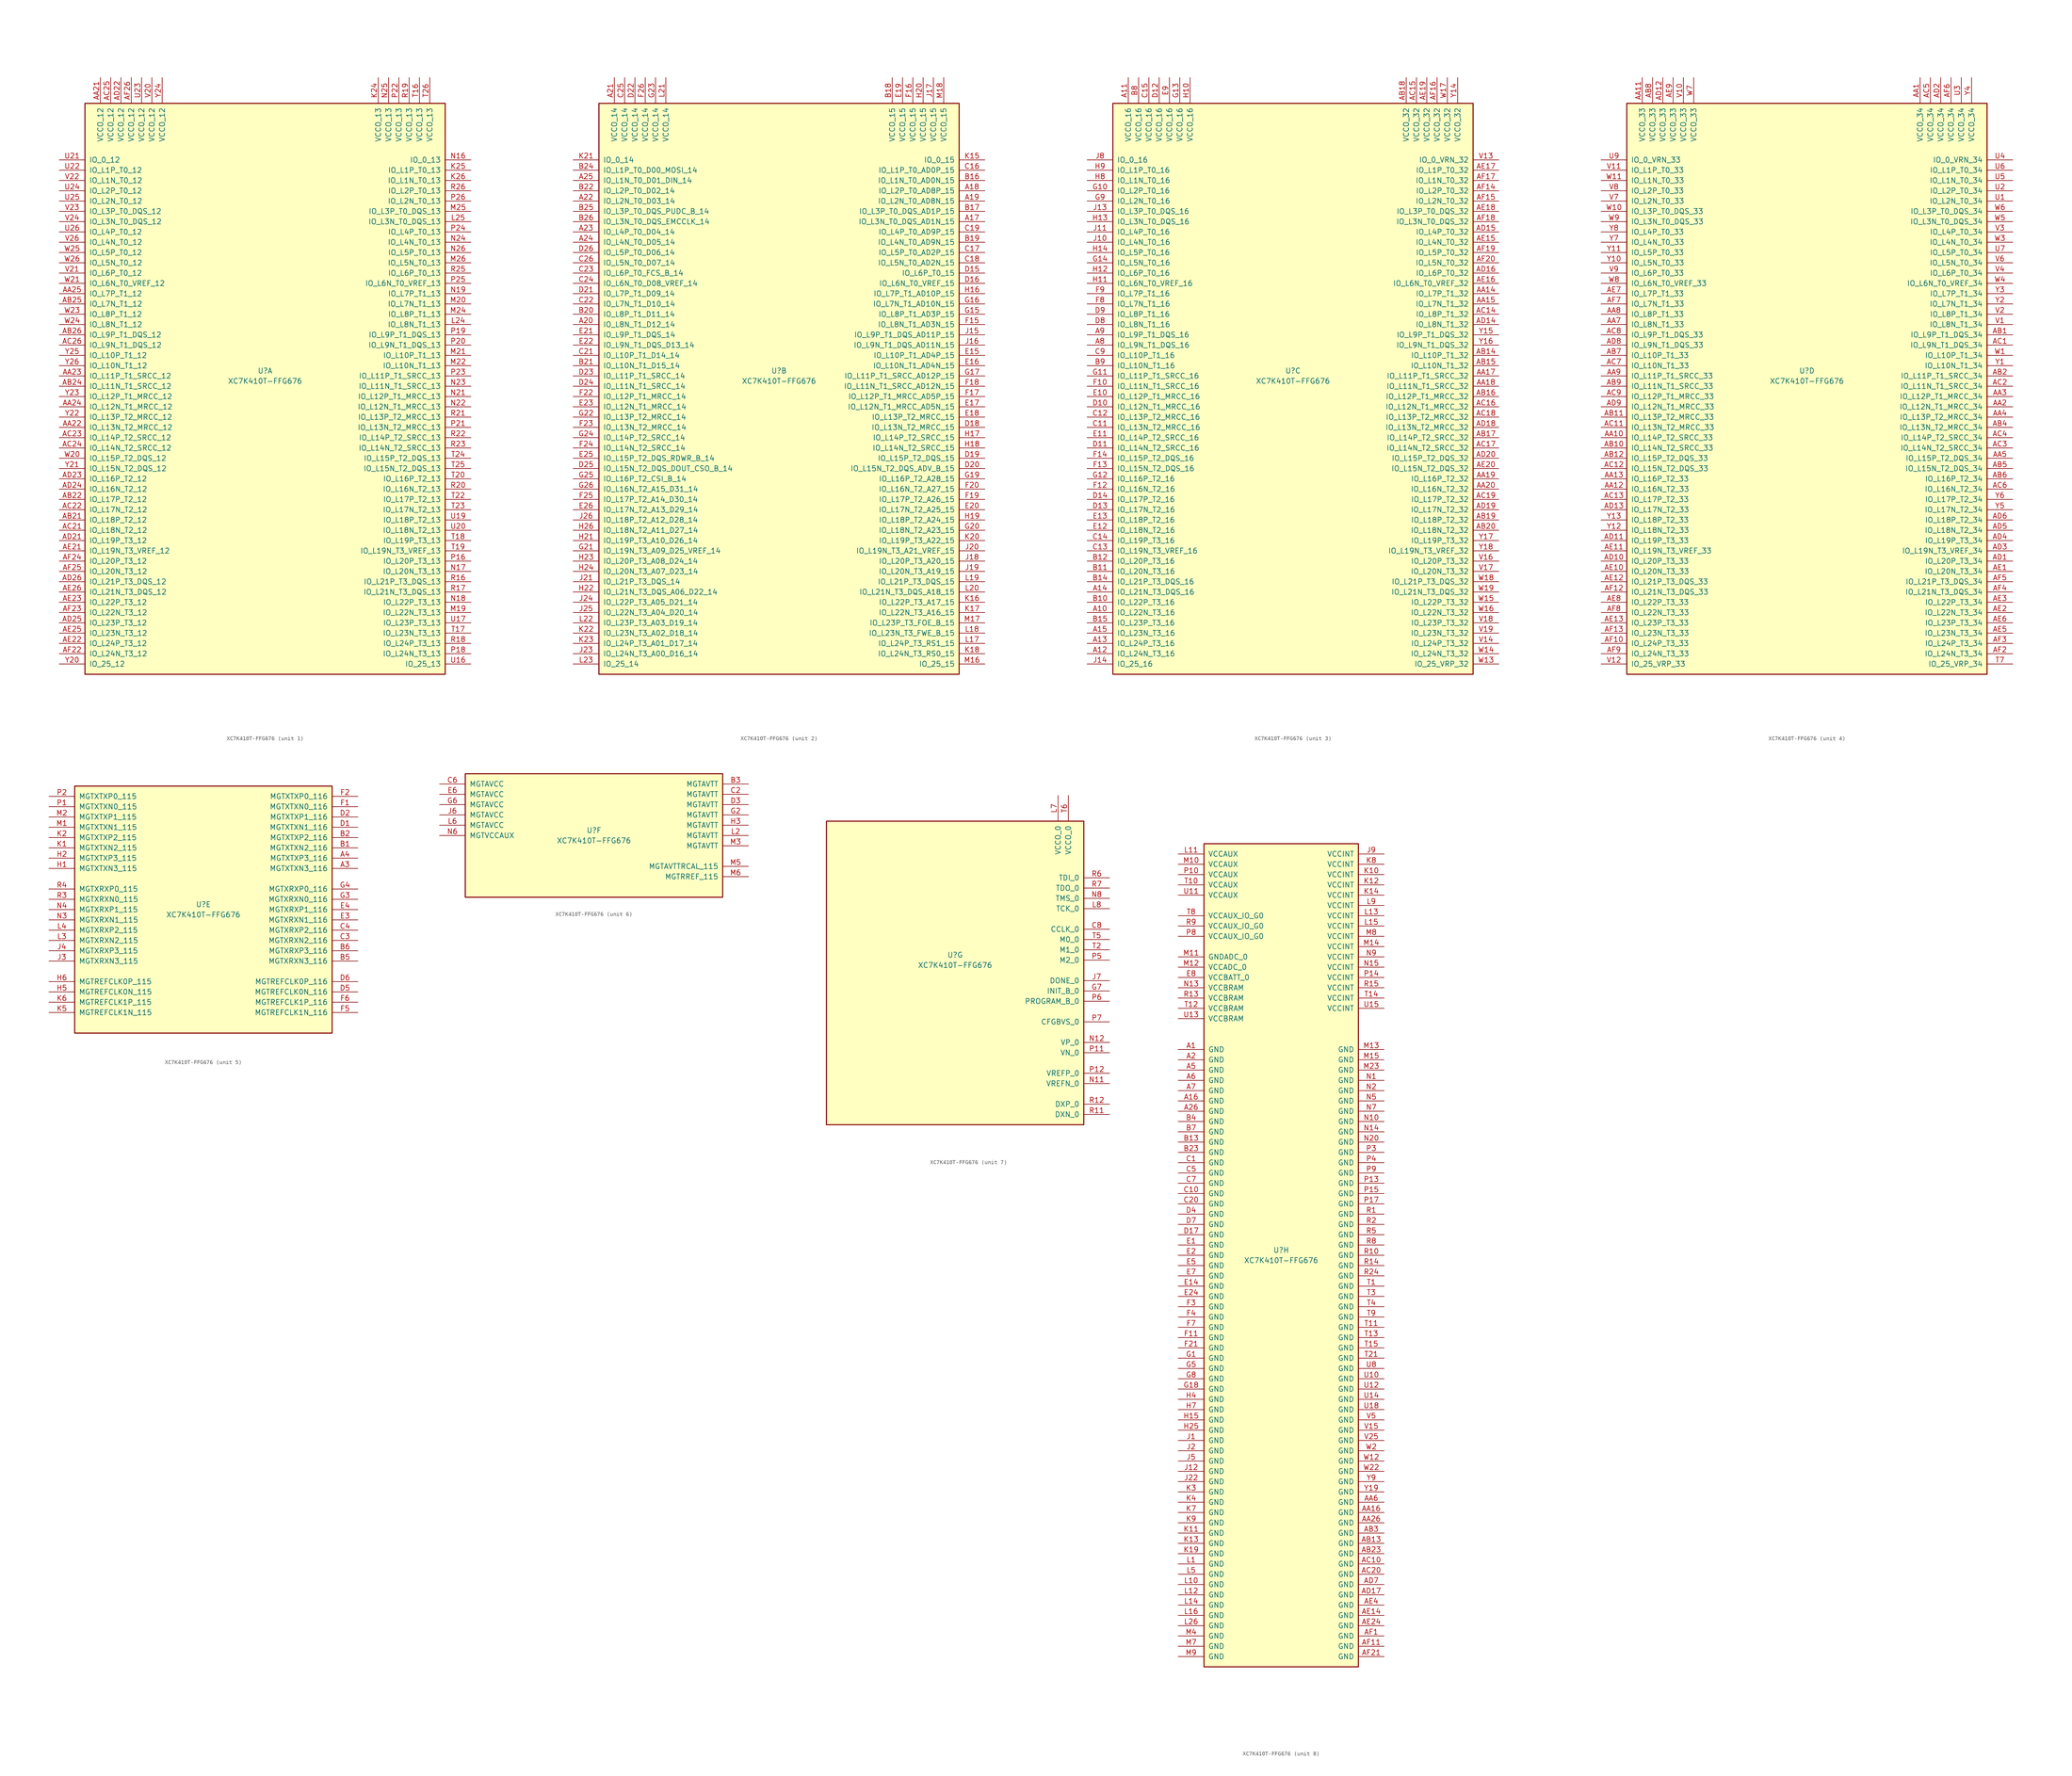
<source format=kicad_sym>
(kicad_symbol_lib
  (version 20201005)
  (generator kicad_symbol_editor)
  (symbol "XC7K410T-FFG676"
    (pin_names
      (offset 1.016))
    (property "Reference" "U"
      (at 0 1.27 0)
      (effects (font (size 1.27 1.27))))
    (property "Value" "XC7K410T-FFG676"
      (at 0 -1.27 0)
      (effects (font (size 1.27 1.27))))
    (property "Datasheet" ""
      (at 0 0 0)
      (effects (font (size 1.27 1.27))))
    (property "ki_locked" ""
      (at 0 0 0)
      (effects (font (size 1.27 1.27))))
    (symbol "XC7K410T-FFG676_1_1"
      (rectangle (start -44.45 67.31) (end 44.45 -73.66) (stroke (width 0.254)) (fill (type background)))
      (pin power_in line (at -40.64 73.66 270) (length 6.35) (name "VCCO_12" (effects (font (size 1.27 1.27)))) (number "AA21" (effects (font (size 1.27 1.27)))))
      (pin bidirectional line (at -50.8 -12.7 0) (length 6.35) (name "IO_L13N_T2_MRCC_12" (effects (font (size 1.27 1.27)))) (number "AA22" (effects (font (size 1.27 1.27)))))
      (pin bidirectional line (at -50.8 0 0) (length 6.35) (name "IO_L11P_T1_SRCC_12" (effects (font (size 1.27 1.27)))) (number "AA23" (effects (font (size 1.27 1.27)))))
      (pin bidirectional line (at -50.8 -7.62 0) (length 6.35) (name "IO_L12N_T1_MRCC_12" (effects (font (size 1.27 1.27)))) (number "AA24" (effects (font (size 1.27 1.27)))))
      (pin bidirectional line (at -50.8 20.32 0) (length 6.35) (name "IO_L7P_T1_12" (effects (font (size 1.27 1.27)))) (number "AA25" (effects (font (size 1.27 1.27)))))
      (pin bidirectional line (at -50.8 -35.56 0) (length 6.35) (name "IO_L18P_T2_12" (effects (font (size 1.27 1.27)))) (number "AB21" (effects (font (size 1.27 1.27)))))
      (pin bidirectional line (at -50.8 -30.48 0) (length 6.35) (name "IO_L17P_T2_12" (effects (font (size 1.27 1.27)))) (number "AB22" (effects (font (size 1.27 1.27)))))
      (pin bidirectional line (at -50.8 -2.54 0) (length 6.35) (name "IO_L11N_T1_SRCC_12" (effects (font (size 1.27 1.27)))) (number "AB24" (effects (font (size 1.27 1.27)))))
      (pin bidirectional line (at -50.8 17.78 0) (length 6.35) (name "IO_L7N_T1_12" (effects (font (size 1.27 1.27)))) (number "AB25" (effects (font (size 1.27 1.27)))))
      (pin bidirectional line (at -50.8 10.16 0) (length 6.35) (name "IO_L9P_T1_DQS_12" (effects (font (size 1.27 1.27)))) (number "AB26" (effects (font (size 1.27 1.27)))))
      (pin bidirectional line (at -50.8 -38.1 0) (length 6.35) (name "IO_L18N_T2_12" (effects (font (size 1.27 1.27)))) (number "AC21" (effects (font (size 1.27 1.27)))))
      (pin bidirectional line (at -50.8 -33.02 0) (length 6.35) (name "IO_L17N_T2_12" (effects (font (size 1.27 1.27)))) (number "AC22" (effects (font (size 1.27 1.27)))))
      (pin bidirectional line (at -50.8 -15.24 0) (length 6.35) (name "IO_L14P_T2_SRCC_12" (effects (font (size 1.27 1.27)))) (number "AC23" (effects (font (size 1.27 1.27)))))
      (pin bidirectional line (at -50.8 -17.78 0) (length 6.35) (name "IO_L14N_T2_SRCC_12" (effects (font (size 1.27 1.27)))) (number "AC24" (effects (font (size 1.27 1.27)))))
      (pin power_in line (at -38.1 73.66 270) (length 6.35) (name "VCCO_12" (effects (font (size 1.27 1.27)))) (number "AC25" (effects (font (size 1.27 1.27)))))
      (pin bidirectional line (at -50.8 7.62 0) (length 6.35) (name "IO_L9N_T1_DQS_12" (effects (font (size 1.27 1.27)))) (number "AC26" (effects (font (size 1.27 1.27)))))
      (pin bidirectional line (at -50.8 -40.64 0) (length 6.35) (name "IO_L19P_T3_12" (effects (font (size 1.27 1.27)))) (number "AD21" (effects (font (size 1.27 1.27)))))
      (pin power_in line (at -35.56 73.66 270) (length 6.35) (name "VCCO_12" (effects (font (size 1.27 1.27)))) (number "AD22" (effects (font (size 1.27 1.27)))))
      (pin bidirectional line (at -50.8 -25.4 0) (length 6.35) (name "IO_L16P_T2_12" (effects (font (size 1.27 1.27)))) (number "AD23" (effects (font (size 1.27 1.27)))))
      (pin bidirectional line (at -50.8 -27.94 0) (length 6.35) (name "IO_L16N_T2_12" (effects (font (size 1.27 1.27)))) (number "AD24" (effects (font (size 1.27 1.27)))))
      (pin bidirectional line (at -50.8 -60.96 0) (length 6.35) (name "IO_L23P_T3_12" (effects (font (size 1.27 1.27)))) (number "AD25" (effects (font (size 1.27 1.27)))))
      (pin bidirectional line (at -50.8 -50.8 0) (length 6.35) (name "IO_L21P_T3_DQS_12" (effects (font (size 1.27 1.27)))) (number "AD26" (effects (font (size 1.27 1.27)))))
      (pin bidirectional line (at -50.8 -43.18 0) (length 6.35) (name "IO_L19N_T3_VREF_12" (effects (font (size 1.27 1.27)))) (number "AE21" (effects (font (size 1.27 1.27)))))
      (pin bidirectional line (at -50.8 -66.04 0) (length 6.35) (name "IO_L24P_T3_12" (effects (font (size 1.27 1.27)))) (number "AE22" (effects (font (size 1.27 1.27)))))
      (pin bidirectional line (at -50.8 -55.88 0) (length 6.35) (name "IO_L22P_T3_12" (effects (font (size 1.27 1.27)))) (number "AE23" (effects (font (size 1.27 1.27)))))
      (pin bidirectional line (at -50.8 -63.5 0) (length 6.35) (name "IO_L23N_T3_12" (effects (font (size 1.27 1.27)))) (number "AE25" (effects (font (size 1.27 1.27)))))
      (pin bidirectional line (at -50.8 -53.34 0) (length 6.35) (name "IO_L21N_T3_DQS_12" (effects (font (size 1.27 1.27)))) (number "AE26" (effects (font (size 1.27 1.27)))))
      (pin bidirectional line (at -50.8 -68.58 0) (length 6.35) (name "IO_L24N_T3_12" (effects (font (size 1.27 1.27)))) (number "AF22" (effects (font (size 1.27 1.27)))))
      (pin bidirectional line (at -50.8 -58.42 0) (length 6.35) (name "IO_L22N_T3_12" (effects (font (size 1.27 1.27)))) (number "AF23" (effects (font (size 1.27 1.27)))))
      (pin bidirectional line (at -50.8 -45.72 0) (length 6.35) (name "IO_L20P_T3_12" (effects (font (size 1.27 1.27)))) (number "AF24" (effects (font (size 1.27 1.27)))))
      (pin bidirectional line (at -50.8 -48.26 0) (length 6.35) (name "IO_L20N_T3_12" (effects (font (size 1.27 1.27)))) (number "AF25" (effects (font (size 1.27 1.27)))))
      (pin power_in line (at -33.02 73.66 270) (length 6.35) (name "VCCO_12" (effects (font (size 1.27 1.27)))) (number "AF26" (effects (font (size 1.27 1.27)))))
      (pin power_in line (at 27.94 73.66 270) (length 6.35) (name "VCCO_13" (effects (font (size 1.27 1.27)))) (number "K24" (effects (font (size 1.27 1.27)))))
      (pin bidirectional line (at 50.8 50.8 180) (length 6.35) (name "IO_L1P_T0_13" (effects (font (size 1.27 1.27)))) (number "K25" (effects (font (size 1.27 1.27)))))
      (pin bidirectional line (at 50.8 48.26 180) (length 6.35) (name "IO_L1N_T0_13" (effects (font (size 1.27 1.27)))) (number "K26" (effects (font (size 1.27 1.27)))))
      (pin bidirectional line (at 50.8 12.7 180) (length 6.35) (name "IO_L8N_T1_13" (effects (font (size 1.27 1.27)))) (number "L24" (effects (font (size 1.27 1.27)))))
      (pin bidirectional line (at 50.8 38.1 180) (length 6.35) (name "IO_L3N_T0_DQS_13" (effects (font (size 1.27 1.27)))) (number "L25" (effects (font (size 1.27 1.27)))))
      (pin bidirectional line (at 50.8 -58.42 180) (length 6.35) (name "IO_L22N_T3_13" (effects (font (size 1.27 1.27)))) (number "M19" (effects (font (size 1.27 1.27)))))
      (pin bidirectional line (at 50.8 17.78 180) (length 6.35) (name "IO_L7N_T1_13" (effects (font (size 1.27 1.27)))) (number "M20" (effects (font (size 1.27 1.27)))))
      (pin bidirectional line (at 50.8 5.08 180) (length 6.35) (name "IO_L10P_T1_13" (effects (font (size 1.27 1.27)))) (number "M21" (effects (font (size 1.27 1.27)))))
      (pin bidirectional line (at 50.8 2.54 180) (length 6.35) (name "IO_L10N_T1_13" (effects (font (size 1.27 1.27)))) (number "M22" (effects (font (size 1.27 1.27)))))
      (pin bidirectional line (at 50.8 15.24 180) (length 6.35) (name "IO_L8P_T1_13" (effects (font (size 1.27 1.27)))) (number "M24" (effects (font (size 1.27 1.27)))))
      (pin bidirectional line (at 50.8 40.64 180) (length 6.35) (name "IO_L3P_T0_DQS_13" (effects (font (size 1.27 1.27)))) (number "M25" (effects (font (size 1.27 1.27)))))
      (pin bidirectional line (at 50.8 27.94 180) (length 6.35) (name "IO_L5N_T0_13" (effects (font (size 1.27 1.27)))) (number "M26" (effects (font (size 1.27 1.27)))))
      (pin bidirectional line (at 50.8 53.34 180) (length 6.35) (name "IO_0_13" (effects (font (size 1.27 1.27)))) (number "N16" (effects (font (size 1.27 1.27)))))
      (pin bidirectional line (at 50.8 -48.26 180) (length 6.35) (name "IO_L20N_T3_13" (effects (font (size 1.27 1.27)))) (number "N17" (effects (font (size 1.27 1.27)))))
      (pin bidirectional line (at 50.8 -55.88 180) (length 6.35) (name "IO_L22P_T3_13" (effects (font (size 1.27 1.27)))) (number "N18" (effects (font (size 1.27 1.27)))))
      (pin bidirectional line (at 50.8 20.32 180) (length 6.35) (name "IO_L7P_T1_13" (effects (font (size 1.27 1.27)))) (number "N19" (effects (font (size 1.27 1.27)))))
      (pin bidirectional line (at 50.8 -5.08 180) (length 6.35) (name "IO_L12P_T1_MRCC_13" (effects (font (size 1.27 1.27)))) (number "N21" (effects (font (size 1.27 1.27)))))
      (pin bidirectional line (at 50.8 -7.62 180) (length 6.35) (name "IO_L12N_T1_MRCC_13" (effects (font (size 1.27 1.27)))) (number "N22" (effects (font (size 1.27 1.27)))))
      (pin bidirectional line (at 50.8 -2.54 180) (length 6.35) (name "IO_L11N_T1_SRCC_13" (effects (font (size 1.27 1.27)))) (number "N23" (effects (font (size 1.27 1.27)))))
      (pin bidirectional line (at 50.8 33.02 180) (length 6.35) (name "IO_L4N_T0_13" (effects (font (size 1.27 1.27)))) (number "N24" (effects (font (size 1.27 1.27)))))
      (pin power_in line (at 30.48 73.66 270) (length 6.35) (name "VCCO_13" (effects (font (size 1.27 1.27)))) (number "N25" (effects (font (size 1.27 1.27)))))
      (pin bidirectional line (at 50.8 30.48 180) (length 6.35) (name "IO_L5P_T0_13" (effects (font (size 1.27 1.27)))) (number "N26" (effects (font (size 1.27 1.27)))))
      (pin bidirectional line (at 50.8 -45.72 180) (length 6.35) (name "IO_L20P_T3_13" (effects (font (size 1.27 1.27)))) (number "P16" (effects (font (size 1.27 1.27)))))
      (pin bidirectional line (at 50.8 -68.58 180) (length 6.35) (name "IO_L24N_T3_13" (effects (font (size 1.27 1.27)))) (number "P18" (effects (font (size 1.27 1.27)))))
      (pin bidirectional line (at 50.8 10.16 180) (length 6.35) (name "IO_L9P_T1_DQS_13" (effects (font (size 1.27 1.27)))) (number "P19" (effects (font (size 1.27 1.27)))))
      (pin bidirectional line (at 50.8 7.62 180) (length 6.35) (name "IO_L9N_T1_DQS_13" (effects (font (size 1.27 1.27)))) (number "P20" (effects (font (size 1.27 1.27)))))
      (pin bidirectional line (at 50.8 -12.7 180) (length 6.35) (name "IO_L13N_T2_MRCC_13" (effects (font (size 1.27 1.27)))) (number "P21" (effects (font (size 1.27 1.27)))))
      (pin power_in line (at 33.02 73.66 270) (length 6.35) (name "VCCO_13" (effects (font (size 1.27 1.27)))) (number "P22" (effects (font (size 1.27 1.27)))))
      (pin bidirectional line (at 50.8 0 180) (length 6.35) (name "IO_L11P_T1_SRCC_13" (effects (font (size 1.27 1.27)))) (number "P23" (effects (font (size 1.27 1.27)))))
      (pin bidirectional line (at 50.8 35.56 180) (length 6.35) (name "IO_L4P_T0_13" (effects (font (size 1.27 1.27)))) (number "P24" (effects (font (size 1.27 1.27)))))
      (pin bidirectional line (at 50.8 22.86 180) (length 6.35) (name "IO_L6N_T0_VREF_13" (effects (font (size 1.27 1.27)))) (number "P25" (effects (font (size 1.27 1.27)))))
      (pin bidirectional line (at 50.8 43.18 180) (length 6.35) (name "IO_L2N_T0_13" (effects (font (size 1.27 1.27)))) (number "P26" (effects (font (size 1.27 1.27)))))
      (pin bidirectional line (at 50.8 -50.8 180) (length 6.35) (name "IO_L21P_T3_DQS_13" (effects (font (size 1.27 1.27)))) (number "R16" (effects (font (size 1.27 1.27)))))
      (pin bidirectional line (at 50.8 -53.34 180) (length 6.35) (name "IO_L21N_T3_DQS_13" (effects (font (size 1.27 1.27)))) (number "R17" (effects (font (size 1.27 1.27)))))
      (pin bidirectional line (at 50.8 -66.04 180) (length 6.35) (name "IO_L24P_T3_13" (effects (font (size 1.27 1.27)))) (number "R18" (effects (font (size 1.27 1.27)))))
      (pin power_in line (at 35.56 73.66 270) (length 6.35) (name "VCCO_13" (effects (font (size 1.27 1.27)))) (number "R19" (effects (font (size 1.27 1.27)))))
      (pin bidirectional line (at 50.8 -27.94 180) (length 6.35) (name "IO_L16N_T2_13" (effects (font (size 1.27 1.27)))) (number "R20" (effects (font (size 1.27 1.27)))))
      (pin bidirectional line (at 50.8 -10.16 180) (length 6.35) (name "IO_L13P_T2_MRCC_13" (effects (font (size 1.27 1.27)))) (number "R21" (effects (font (size 1.27 1.27)))))
      (pin bidirectional line (at 50.8 -15.24 180) (length 6.35) (name "IO_L14P_T2_SRCC_13" (effects (font (size 1.27 1.27)))) (number "R22" (effects (font (size 1.27 1.27)))))
      (pin bidirectional line (at 50.8 -17.78 180) (length 6.35) (name "IO_L14N_T2_SRCC_13" (effects (font (size 1.27 1.27)))) (number "R23" (effects (font (size 1.27 1.27)))))
      (pin bidirectional line (at 50.8 25.4 180) (length 6.35) (name "IO_L6P_T0_13" (effects (font (size 1.27 1.27)))) (number "R25" (effects (font (size 1.27 1.27)))))
      (pin bidirectional line (at 50.8 45.72 180) (length 6.35) (name "IO_L2P_T0_13" (effects (font (size 1.27 1.27)))) (number "R26" (effects (font (size 1.27 1.27)))))
      (pin power_in line (at 38.1 73.66 270) (length 6.35) (name "VCCO_13" (effects (font (size 1.27 1.27)))) (number "T16" (effects (font (size 1.27 1.27)))))
      (pin bidirectional line (at 50.8 -63.5 180) (length 6.35) (name "IO_L23N_T3_13" (effects (font (size 1.27 1.27)))) (number "T17" (effects (font (size 1.27 1.27)))))
      (pin bidirectional line (at 50.8 -40.64 180) (length 6.35) (name "IO_L19P_T3_13" (effects (font (size 1.27 1.27)))) (number "T18" (effects (font (size 1.27 1.27)))))
      (pin bidirectional line (at 50.8 -43.18 180) (length 6.35) (name "IO_L19N_T3_VREF_13" (effects (font (size 1.27 1.27)))) (number "T19" (effects (font (size 1.27 1.27)))))
      (pin bidirectional line (at 50.8 -25.4 180) (length 6.35) (name "IO_L16P_T2_13" (effects (font (size 1.27 1.27)))) (number "T20" (effects (font (size 1.27 1.27)))))
      (pin bidirectional line (at 50.8 -30.48 180) (length 6.35) (name "IO_L17P_T2_13" (effects (font (size 1.27 1.27)))) (number "T22" (effects (font (size 1.27 1.27)))))
      (pin bidirectional line (at 50.8 -33.02 180) (length 6.35) (name "IO_L17N_T2_13" (effects (font (size 1.27 1.27)))) (number "T23" (effects (font (size 1.27 1.27)))))
      (pin bidirectional line (at 50.8 -20.32 180) (length 6.35) (name "IO_L15P_T2_DQS_13" (effects (font (size 1.27 1.27)))) (number "T24" (effects (font (size 1.27 1.27)))))
      (pin bidirectional line (at 50.8 -22.86 180) (length 6.35) (name "IO_L15N_T2_DQS_13" (effects (font (size 1.27 1.27)))) (number "T25" (effects (font (size 1.27 1.27)))))
      (pin power_in line (at 40.64 73.66 270) (length 6.35) (name "VCCO_13" (effects (font (size 1.27 1.27)))) (number "T26" (effects (font (size 1.27 1.27)))))
      (pin bidirectional line (at 50.8 -71.12 180) (length 6.35) (name "IO_25_13" (effects (font (size 1.27 1.27)))) (number "U16" (effects (font (size 1.27 1.27)))))
      (pin bidirectional line (at 50.8 -60.96 180) (length 6.35) (name "IO_L23P_T3_13" (effects (font (size 1.27 1.27)))) (number "U17" (effects (font (size 1.27 1.27)))))
      (pin bidirectional line (at 50.8 -35.56 180) (length 6.35) (name "IO_L18P_T2_13" (effects (font (size 1.27 1.27)))) (number "U19" (effects (font (size 1.27 1.27)))))
      (pin bidirectional line (at 50.8 -38.1 180) (length 6.35) (name "IO_L18N_T2_13" (effects (font (size 1.27 1.27)))) (number "U20" (effects (font (size 1.27 1.27)))))
      (pin bidirectional line (at -50.8 53.34 0) (length 6.35) (name "IO_0_12" (effects (font (size 1.27 1.27)))) (number "U21" (effects (font (size 1.27 1.27)))))
      (pin bidirectional line (at -50.8 50.8 0) (length 6.35) (name "IO_L1P_T0_12" (effects (font (size 1.27 1.27)))) (number "U22" (effects (font (size 1.27 1.27)))))
      (pin power_in line (at -30.48 73.66 270) (length 6.35) (name "VCCO_12" (effects (font (size 1.27 1.27)))) (number "U23" (effects (font (size 1.27 1.27)))))
      (pin bidirectional line (at -50.8 45.72 0) (length 6.35) (name "IO_L2P_T0_12" (effects (font (size 1.27 1.27)))) (number "U24" (effects (font (size 1.27 1.27)))))
      (pin bidirectional line (at -50.8 43.18 0) (length 6.35) (name "IO_L2N_T0_12" (effects (font (size 1.27 1.27)))) (number "U25" (effects (font (size 1.27 1.27)))))
      (pin bidirectional line (at -50.8 35.56 0) (length 6.35) (name "IO_L4P_T0_12" (effects (font (size 1.27 1.27)))) (number "U26" (effects (font (size 1.27 1.27)))))
      (pin power_in line (at -27.94 73.66 270) (length 6.35) (name "VCCO_12" (effects (font (size 1.27 1.27)))) (number "V20" (effects (font (size 1.27 1.27)))))
      (pin bidirectional line (at -50.8 25.4 0) (length 6.35) (name "IO_L6P_T0_12" (effects (font (size 1.27 1.27)))) (number "V21" (effects (font (size 1.27 1.27)))))
      (pin bidirectional line (at -50.8 48.26 0) (length 6.35) (name "IO_L1N_T0_12" (effects (font (size 1.27 1.27)))) (number "V22" (effects (font (size 1.27 1.27)))))
      (pin bidirectional line (at -50.8 40.64 0) (length 6.35) (name "IO_L3P_T0_DQS_12" (effects (font (size 1.27 1.27)))) (number "V23" (effects (font (size 1.27 1.27)))))
      (pin bidirectional line (at -50.8 38.1 0) (length 6.35) (name "IO_L3N_T0_DQS_12" (effects (font (size 1.27 1.27)))) (number "V24" (effects (font (size 1.27 1.27)))))
      (pin bidirectional line (at -50.8 33.02 0) (length 6.35) (name "IO_L4N_T0_12" (effects (font (size 1.27 1.27)))) (number "V26" (effects (font (size 1.27 1.27)))))
      (pin bidirectional line (at -50.8 -20.32 0) (length 6.35) (name "IO_L15P_T2_DQS_12" (effects (font (size 1.27 1.27)))) (number "W20" (effects (font (size 1.27 1.27)))))
      (pin bidirectional line (at -50.8 22.86 0) (length 6.35) (name "IO_L6N_T0_VREF_12" (effects (font (size 1.27 1.27)))) (number "W21" (effects (font (size 1.27 1.27)))))
      (pin bidirectional line (at -50.8 15.24 0) (length 6.35) (name "IO_L8P_T1_12" (effects (font (size 1.27 1.27)))) (number "W23" (effects (font (size 1.27 1.27)))))
      (pin bidirectional line (at -50.8 12.7 0) (length 6.35) (name "IO_L8N_T1_12" (effects (font (size 1.27 1.27)))) (number "W24" (effects (font (size 1.27 1.27)))))
      (pin bidirectional line (at -50.8 30.48 0) (length 6.35) (name "IO_L5P_T0_12" (effects (font (size 1.27 1.27)))) (number "W25" (effects (font (size 1.27 1.27)))))
      (pin bidirectional line (at -50.8 27.94 0) (length 6.35) (name "IO_L5N_T0_12" (effects (font (size 1.27 1.27)))) (number "W26" (effects (font (size 1.27 1.27)))))
      (pin bidirectional line (at -50.8 -71.12 0) (length 6.35) (name "IO_25_12" (effects (font (size 1.27 1.27)))) (number "Y20" (effects (font (size 1.27 1.27)))))
      (pin bidirectional line (at -50.8 -22.86 0) (length 6.35) (name "IO_L15N_T2_DQS_12" (effects (font (size 1.27 1.27)))) (number "Y21" (effects (font (size 1.27 1.27)))))
      (pin bidirectional line (at -50.8 -10.16 0) (length 6.35) (name "IO_L13P_T2_MRCC_12" (effects (font (size 1.27 1.27)))) (number "Y22" (effects (font (size 1.27 1.27)))))
      (pin bidirectional line (at -50.8 -5.08 0) (length 6.35) (name "IO_L12P_T1_MRCC_12" (effects (font (size 1.27 1.27)))) (number "Y23" (effects (font (size 1.27 1.27)))))
      (pin power_in line (at -25.4 73.66 270) (length 6.35) (name "VCCO_12" (effects (font (size 1.27 1.27)))) (number "Y24" (effects (font (size 1.27 1.27)))))
      (pin bidirectional line (at -50.8 5.08 0) (length 6.35) (name "IO_L10P_T1_12" (effects (font (size 1.27 1.27)))) (number "Y25" (effects (font (size 1.27 1.27)))))
      (pin bidirectional line (at -50.8 2.54 0) (length 6.35) (name "IO_L10N_T1_12" (effects (font (size 1.27 1.27)))) (number "Y26" (effects (font (size 1.27 1.27))))))
    (symbol "XC7K410T-FFG676_2_1"
      (rectangle (start -44.45 67.31) (end 44.45 -73.66) (stroke (width 0.254)) (fill (type background)))
      (pin bidirectional line (at 50.8 38.1 180) (length 6.35) (name "IO_L3N_T0_DQS_AD1N_15" (effects (font (size 1.27 1.27)))) (number "A17" (effects (font (size 1.27 1.27)))))
      (pin bidirectional line (at 50.8 45.72 180) (length 6.35) (name "IO_L2P_T0_AD8P_15" (effects (font (size 1.27 1.27)))) (number "A18" (effects (font (size 1.27 1.27)))))
      (pin bidirectional line (at 50.8 43.18 180) (length 6.35) (name "IO_L2N_T0_AD8N_15" (effects (font (size 1.27 1.27)))) (number "A19" (effects (font (size 1.27 1.27)))))
      (pin bidirectional line (at -50.8 12.7 0) (length 6.35) (name "IO_L8N_T1_D12_14" (effects (font (size 1.27 1.27)))) (number "A20" (effects (font (size 1.27 1.27)))))
      (pin power_in line (at -40.64 73.66 270) (length 6.35) (name "VCCO_14" (effects (font (size 1.27 1.27)))) (number "A21" (effects (font (size 1.27 1.27)))))
      (pin bidirectional line (at -50.8 43.18 0) (length 6.35) (name "IO_L2N_T0_D03_14" (effects (font (size 1.27 1.27)))) (number "A22" (effects (font (size 1.27 1.27)))))
      (pin bidirectional line (at -50.8 35.56 0) (length 6.35) (name "IO_L4P_T0_D04_14" (effects (font (size 1.27 1.27)))) (number "A23" (effects (font (size 1.27 1.27)))))
      (pin bidirectional line (at -50.8 33.02 0) (length 6.35) (name "IO_L4N_T0_D05_14" (effects (font (size 1.27 1.27)))) (number "A24" (effects (font (size 1.27 1.27)))))
      (pin bidirectional line (at -50.8 48.26 0) (length 6.35) (name "IO_L1N_T0_D01_DIN_14" (effects (font (size 1.27 1.27)))) (number "A25" (effects (font (size 1.27 1.27)))))
      (pin bidirectional line (at 50.8 48.26 180) (length 6.35) (name "IO_L1N_T0_AD0N_15" (effects (font (size 1.27 1.27)))) (number "B16" (effects (font (size 1.27 1.27)))))
      (pin bidirectional line (at 50.8 40.64 180) (length 6.35) (name "IO_L3P_T0_DQS_AD1P_15" (effects (font (size 1.27 1.27)))) (number "B17" (effects (font (size 1.27 1.27)))))
      (pin power_in line (at 27.94 73.66 270) (length 6.35) (name "VCCO_15" (effects (font (size 1.27 1.27)))) (number "B18" (effects (font (size 1.27 1.27)))))
      (pin bidirectional line (at 50.8 33.02 180) (length 6.35) (name "IO_L4N_T0_AD9N_15" (effects (font (size 1.27 1.27)))) (number "B19" (effects (font (size 1.27 1.27)))))
      (pin bidirectional line (at -50.8 15.24 0) (length 6.35) (name "IO_L8P_T1_D11_14" (effects (font (size 1.27 1.27)))) (number "B20" (effects (font (size 1.27 1.27)))))
      (pin bidirectional line (at -50.8 2.54 0) (length 6.35) (name "IO_L10N_T1_D15_14" (effects (font (size 1.27 1.27)))) (number "B21" (effects (font (size 1.27 1.27)))))
      (pin bidirectional line (at -50.8 45.72 0) (length 6.35) (name "IO_L2P_T0_D02_14" (effects (font (size 1.27 1.27)))) (number "B22" (effects (font (size 1.27 1.27)))))
      (pin bidirectional line (at -50.8 50.8 0) (length 6.35) (name "IO_L1P_T0_D00_MOSI_14" (effects (font (size 1.27 1.27)))) (number "B24" (effects (font (size 1.27 1.27)))))
      (pin bidirectional line (at -50.8 40.64 0) (length 6.35) (name "IO_L3P_T0_DQS_PUDC_B_14" (effects (font (size 1.27 1.27)))) (number "B25" (effects (font (size 1.27 1.27)))))
      (pin bidirectional line (at -50.8 38.1 0) (length 6.35) (name "IO_L3N_T0_DQS_EMCCLK_14" (effects (font (size 1.27 1.27)))) (number "B26" (effects (font (size 1.27 1.27)))))
      (pin bidirectional line (at 50.8 50.8 180) (length 6.35) (name "IO_L1P_T0_AD0P_15" (effects (font (size 1.27 1.27)))) (number "C16" (effects (font (size 1.27 1.27)))))
      (pin bidirectional line (at 50.8 30.48 180) (length 6.35) (name "IO_L5P_T0_AD2P_15" (effects (font (size 1.27 1.27)))) (number "C17" (effects (font (size 1.27 1.27)))))
      (pin bidirectional line (at 50.8 27.94 180) (length 6.35) (name "IO_L5N_T0_AD2N_15" (effects (font (size 1.27 1.27)))) (number "C18" (effects (font (size 1.27 1.27)))))
      (pin bidirectional line (at 50.8 35.56 180) (length 6.35) (name "IO_L4P_T0_AD9P_15" (effects (font (size 1.27 1.27)))) (number "C19" (effects (font (size 1.27 1.27)))))
      (pin bidirectional line (at -50.8 5.08 0) (length 6.35) (name "IO_L10P_T1_D14_14" (effects (font (size 1.27 1.27)))) (number "C21" (effects (font (size 1.27 1.27)))))
      (pin bidirectional line (at -50.8 17.78 0) (length 6.35) (name "IO_L7N_T1_D10_14" (effects (font (size 1.27 1.27)))) (number "C22" (effects (font (size 1.27 1.27)))))
      (pin bidirectional line (at -50.8 25.4 0) (length 6.35) (name "IO_L6P_T0_FCS_B_14" (effects (font (size 1.27 1.27)))) (number "C23" (effects (font (size 1.27 1.27)))))
      (pin bidirectional line (at -50.8 22.86 0) (length 6.35) (name "IO_L6N_T0_D08_VREF_14" (effects (font (size 1.27 1.27)))) (number "C24" (effects (font (size 1.27 1.27)))))
      (pin power_in line (at -38.1 73.66 270) (length 6.35) (name "VCCO_14" (effects (font (size 1.27 1.27)))) (number "C25" (effects (font (size 1.27 1.27)))))
      (pin bidirectional line (at -50.8 27.94 0) (length 6.35) (name "IO_L5N_T0_D07_14" (effects (font (size 1.27 1.27)))) (number "C26" (effects (font (size 1.27 1.27)))))
      (pin bidirectional line (at 50.8 25.4 180) (length 6.35) (name "IO_L6P_T0_15" (effects (font (size 1.27 1.27)))) (number "D15" (effects (font (size 1.27 1.27)))))
      (pin bidirectional line (at 50.8 22.86 180) (length 6.35) (name "IO_L6N_T0_VREF_15" (effects (font (size 1.27 1.27)))) (number "D16" (effects (font (size 1.27 1.27)))))
      (pin bidirectional line (at 50.8 -12.7 180) (length 6.35) (name "IO_L13N_T2_MRCC_15" (effects (font (size 1.27 1.27)))) (number "D18" (effects (font (size 1.27 1.27)))))
      (pin bidirectional line (at 50.8 -20.32 180) (length 6.35) (name "IO_L15P_T2_DQS_15" (effects (font (size 1.27 1.27)))) (number "D19" (effects (font (size 1.27 1.27)))))
      (pin bidirectional line (at 50.8 -22.86 180) (length 6.35) (name "IO_L15N_T2_DQS_ADV_B_15" (effects (font (size 1.27 1.27)))) (number "D20" (effects (font (size 1.27 1.27)))))
      (pin bidirectional line (at -50.8 20.32 0) (length 6.35) (name "IO_L7P_T1_D09_14" (effects (font (size 1.27 1.27)))) (number "D21" (effects (font (size 1.27 1.27)))))
      (pin power_in line (at -35.56 73.66 270) (length 6.35) (name "VCCO_14" (effects (font (size 1.27 1.27)))) (number "D22" (effects (font (size 1.27 1.27)))))
      (pin bidirectional line (at -50.8 0 0) (length 6.35) (name "IO_L11P_T1_SRCC_14" (effects (font (size 1.27 1.27)))) (number "D23" (effects (font (size 1.27 1.27)))))
      (pin bidirectional line (at -50.8 -2.54 0) (length 6.35) (name "IO_L11N_T1_SRCC_14" (effects (font (size 1.27 1.27)))) (number "D24" (effects (font (size 1.27 1.27)))))
      (pin bidirectional line (at -50.8 -22.86 0) (length 6.35) (name "IO_L15N_T2_DQS_DOUT_CSO_B_14" (effects (font (size 1.27 1.27)))) (number "D25" (effects (font (size 1.27 1.27)))))
      (pin bidirectional line (at -50.8 30.48 0) (length 6.35) (name "IO_L5P_T0_D06_14" (effects (font (size 1.27 1.27)))) (number "D26" (effects (font (size 1.27 1.27)))))
      (pin bidirectional line (at 50.8 5.08 180) (length 6.35) (name "IO_L10P_T1_AD4P_15" (effects (font (size 1.27 1.27)))) (number "E15" (effects (font (size 1.27 1.27)))))
      (pin bidirectional line (at 50.8 2.54 180) (length 6.35) (name "IO_L10N_T1_AD4N_15" (effects (font (size 1.27 1.27)))) (number "E16" (effects (font (size 1.27 1.27)))))
      (pin bidirectional line (at 50.8 -7.62 180) (length 6.35) (name "IO_L12N_T1_MRCC_AD5N_15" (effects (font (size 1.27 1.27)))) (number "E17" (effects (font (size 1.27 1.27)))))
      (pin bidirectional line (at 50.8 -10.16 180) (length 6.35) (name "IO_L13P_T2_MRCC_15" (effects (font (size 1.27 1.27)))) (number "E18" (effects (font (size 1.27 1.27)))))
      (pin power_in line (at 30.48 73.66 270) (length 6.35) (name "VCCO_15" (effects (font (size 1.27 1.27)))) (number "E19" (effects (font (size 1.27 1.27)))))
      (pin bidirectional line (at 50.8 -33.02 180) (length 6.35) (name "IO_L17N_T2_A25_15" (effects (font (size 1.27 1.27)))) (number "E20" (effects (font (size 1.27 1.27)))))
      (pin bidirectional line (at -50.8 10.16 0) (length 6.35) (name "IO_L9P_T1_DQS_14" (effects (font (size 1.27 1.27)))) (number "E21" (effects (font (size 1.27 1.27)))))
      (pin bidirectional line (at -50.8 7.62 0) (length 6.35) (name "IO_L9N_T1_DQS_D13_14" (effects (font (size 1.27 1.27)))) (number "E22" (effects (font (size 1.27 1.27)))))
      (pin bidirectional line (at -50.8 -7.62 0) (length 6.35) (name "IO_L12N_T1_MRCC_14" (effects (font (size 1.27 1.27)))) (number "E23" (effects (font (size 1.27 1.27)))))
      (pin bidirectional line (at -50.8 -20.32 0) (length 6.35) (name "IO_L15P_T2_DQS_RDWR_B_14" (effects (font (size 1.27 1.27)))) (number "E25" (effects (font (size 1.27 1.27)))))
      (pin bidirectional line (at -50.8 -33.02 0) (length 6.35) (name "IO_L17N_T2_A13_D29_14" (effects (font (size 1.27 1.27)))) (number "E26" (effects (font (size 1.27 1.27)))))
      (pin bidirectional line (at 50.8 12.7 180) (length 6.35) (name "IO_L8N_T1_AD3N_15" (effects (font (size 1.27 1.27)))) (number "F15" (effects (font (size 1.27 1.27)))))
      (pin power_in line (at 33.02 73.66 270) (length 6.35) (name "VCCO_15" (effects (font (size 1.27 1.27)))) (number "F16" (effects (font (size 1.27 1.27)))))
      (pin bidirectional line (at 50.8 -5.08 180) (length 6.35) (name "IO_L12P_T1_MRCC_AD5P_15" (effects (font (size 1.27 1.27)))) (number "F17" (effects (font (size 1.27 1.27)))))
      (pin bidirectional line (at 50.8 -2.54 180) (length 6.35) (name "IO_L11N_T1_SRCC_AD12N_15" (effects (font (size 1.27 1.27)))) (number "F18" (effects (font (size 1.27 1.27)))))
      (pin bidirectional line (at 50.8 -30.48 180) (length 6.35) (name "IO_L17P_T2_A26_15" (effects (font (size 1.27 1.27)))) (number "F19" (effects (font (size 1.27 1.27)))))
      (pin bidirectional line (at 50.8 -27.94 180) (length 6.35) (name "IO_L16N_T2_A27_15" (effects (font (size 1.27 1.27)))) (number "F20" (effects (font (size 1.27 1.27)))))
      (pin bidirectional line (at -50.8 -5.08 0) (length 6.35) (name "IO_L12P_T1_MRCC_14" (effects (font (size 1.27 1.27)))) (number "F22" (effects (font (size 1.27 1.27)))))
      (pin bidirectional line (at -50.8 -12.7 0) (length 6.35) (name "IO_L13N_T2_MRCC_14" (effects (font (size 1.27 1.27)))) (number "F23" (effects (font (size 1.27 1.27)))))
      (pin bidirectional line (at -50.8 -17.78 0) (length 6.35) (name "IO_L14N_T2_SRCC_14" (effects (font (size 1.27 1.27)))) (number "F24" (effects (font (size 1.27 1.27)))))
      (pin bidirectional line (at -50.8 -30.48 0) (length 6.35) (name "IO_L17P_T2_A14_D30_14" (effects (font (size 1.27 1.27)))) (number "F25" (effects (font (size 1.27 1.27)))))
      (pin power_in line (at -33.02 73.66 270) (length 6.35) (name "VCCO_14" (effects (font (size 1.27 1.27)))) (number "F26" (effects (font (size 1.27 1.27)))))
      (pin bidirectional line (at 50.8 15.24 180) (length 6.35) (name "IO_L8P_T1_AD3P_15" (effects (font (size 1.27 1.27)))) (number "G15" (effects (font (size 1.27 1.27)))))
      (pin bidirectional line (at 50.8 17.78 180) (length 6.35) (name "IO_L7N_T1_AD10N_15" (effects (font (size 1.27 1.27)))) (number "G16" (effects (font (size 1.27 1.27)))))
      (pin bidirectional line (at 50.8 0 180) (length 6.35) (name "IO_L11P_T1_SRCC_AD12P_15" (effects (font (size 1.27 1.27)))) (number "G17" (effects (font (size 1.27 1.27)))))
      (pin bidirectional line (at 50.8 -25.4 180) (length 6.35) (name "IO_L16P_T2_A28_15" (effects (font (size 1.27 1.27)))) (number "G19" (effects (font (size 1.27 1.27)))))
      (pin bidirectional line (at 50.8 -38.1 180) (length 6.35) (name "IO_L18N_T2_A23_15" (effects (font (size 1.27 1.27)))) (number "G20" (effects (font (size 1.27 1.27)))))
      (pin bidirectional line (at -50.8 -43.18 0) (length 6.35) (name "IO_L19N_T3_A09_D25_VREF_14" (effects (font (size 1.27 1.27)))) (number "G21" (effects (font (size 1.27 1.27)))))
      (pin bidirectional line (at -50.8 -10.16 0) (length 6.35) (name "IO_L13P_T2_MRCC_14" (effects (font (size 1.27 1.27)))) (number "G22" (effects (font (size 1.27 1.27)))))
      (pin power_in line (at -30.48 73.66 270) (length 6.35) (name "VCCO_14" (effects (font (size 1.27 1.27)))) (number "G23" (effects (font (size 1.27 1.27)))))
      (pin bidirectional line (at -50.8 -15.24 0) (length 6.35) (name "IO_L14P_T2_SRCC_14" (effects (font (size 1.27 1.27)))) (number "G24" (effects (font (size 1.27 1.27)))))
      (pin bidirectional line (at -50.8 -25.4 0) (length 6.35) (name "IO_L16P_T2_CSI_B_14" (effects (font (size 1.27 1.27)))) (number "G25" (effects (font (size 1.27 1.27)))))
      (pin bidirectional line (at -50.8 -27.94 0) (length 6.35) (name "IO_L16N_T2_A15_D31_14" (effects (font (size 1.27 1.27)))) (number "G26" (effects (font (size 1.27 1.27)))))
      (pin bidirectional line (at 50.8 20.32 180) (length 6.35) (name "IO_L7P_T1_AD10P_15" (effects (font (size 1.27 1.27)))) (number "H16" (effects (font (size 1.27 1.27)))))
      (pin bidirectional line (at 50.8 -15.24 180) (length 6.35) (name "IO_L14P_T2_SRCC_15" (effects (font (size 1.27 1.27)))) (number "H17" (effects (font (size 1.27 1.27)))))
      (pin bidirectional line (at 50.8 -17.78 180) (length 6.35) (name "IO_L14N_T2_SRCC_15" (effects (font (size 1.27 1.27)))) (number "H18" (effects (font (size 1.27 1.27)))))
      (pin bidirectional line (at 50.8 -35.56 180) (length 6.35) (name "IO_L18P_T2_A24_15" (effects (font (size 1.27 1.27)))) (number "H19" (effects (font (size 1.27 1.27)))))
      (pin power_in line (at 35.56 73.66 270) (length 6.35) (name "VCCO_15" (effects (font (size 1.27 1.27)))) (number "H20" (effects (font (size 1.27 1.27)))))
      (pin bidirectional line (at -50.8 -40.64 0) (length 6.35) (name "IO_L19P_T3_A10_D26_14" (effects (font (size 1.27 1.27)))) (number "H21" (effects (font (size 1.27 1.27)))))
      (pin bidirectional line (at -50.8 -53.34 0) (length 6.35) (name "IO_L21N_T3_DQS_A06_D22_14" (effects (font (size 1.27 1.27)))) (number "H22" (effects (font (size 1.27 1.27)))))
      (pin bidirectional line (at -50.8 -45.72 0) (length 6.35) (name "IO_L20P_T3_A08_D24_14" (effects (font (size 1.27 1.27)))) (number "H23" (effects (font (size 1.27 1.27)))))
      (pin bidirectional line (at -50.8 -48.26 0) (length 6.35) (name "IO_L20N_T3_A07_D23_14" (effects (font (size 1.27 1.27)))) (number "H24" (effects (font (size 1.27 1.27)))))
      (pin bidirectional line (at -50.8 -38.1 0) (length 6.35) (name "IO_L18N_T2_A11_D27_14" (effects (font (size 1.27 1.27)))) (number "H26" (effects (font (size 1.27 1.27)))))
      (pin bidirectional line (at 50.8 10.16 180) (length 6.35) (name "IO_L9P_T1_DQS_AD11P_15" (effects (font (size 1.27 1.27)))) (number "J15" (effects (font (size 1.27 1.27)))))
      (pin bidirectional line (at 50.8 7.62 180) (length 6.35) (name "IO_L9N_T1_DQS_AD11N_15" (effects (font (size 1.27 1.27)))) (number "J16" (effects (font (size 1.27 1.27)))))
      (pin power_in line (at 38.1 73.66 270) (length 6.35) (name "VCCO_15" (effects (font (size 1.27 1.27)))) (number "J17" (effects (font (size 1.27 1.27)))))
      (pin bidirectional line (at 50.8 -45.72 180) (length 6.35) (name "IO_L20P_T3_A20_15" (effects (font (size 1.27 1.27)))) (number "J18" (effects (font (size 1.27 1.27)))))
      (pin bidirectional line (at 50.8 -48.26 180) (length 6.35) (name "IO_L20N_T3_A19_15" (effects (font (size 1.27 1.27)))) (number "J19" (effects (font (size 1.27 1.27)))))
      (pin bidirectional line (at 50.8 -43.18 180) (length 6.35) (name "IO_L19N_T3_A21_VREF_15" (effects (font (size 1.27 1.27)))) (number "J20" (effects (font (size 1.27 1.27)))))
      (pin bidirectional line (at -50.8 -50.8 0) (length 6.35) (name "IO_L21P_T3_DQS_14" (effects (font (size 1.27 1.27)))) (number "J21" (effects (font (size 1.27 1.27)))))
      (pin bidirectional line (at -50.8 -68.58 0) (length 6.35) (name "IO_L24N_T3_A00_D16_14" (effects (font (size 1.27 1.27)))) (number "J23" (effects (font (size 1.27 1.27)))))
      (pin bidirectional line (at -50.8 -55.88 0) (length 6.35) (name "IO_L22P_T3_A05_D21_14" (effects (font (size 1.27 1.27)))) (number "J24" (effects (font (size 1.27 1.27)))))
      (pin bidirectional line (at -50.8 -58.42 0) (length 6.35) (name "IO_L22N_T3_A04_D20_14" (effects (font (size 1.27 1.27)))) (number "J25" (effects (font (size 1.27 1.27)))))
      (pin bidirectional line (at -50.8 -35.56 0) (length 6.35) (name "IO_L18P_T2_A12_D28_14" (effects (font (size 1.27 1.27)))) (number "J26" (effects (font (size 1.27 1.27)))))
      (pin bidirectional line (at 50.8 53.34 180) (length 6.35) (name "IO_0_15" (effects (font (size 1.27 1.27)))) (number "K15" (effects (font (size 1.27 1.27)))))
      (pin bidirectional line (at 50.8 -55.88 180) (length 6.35) (name "IO_L22P_T3_A17_15" (effects (font (size 1.27 1.27)))) (number "K16" (effects (font (size 1.27 1.27)))))
      (pin bidirectional line (at 50.8 -58.42 180) (length 6.35) (name "IO_L22N_T3_A16_15" (effects (font (size 1.27 1.27)))) (number "K17" (effects (font (size 1.27 1.27)))))
      (pin bidirectional line (at 50.8 -68.58 180) (length 6.35) (name "IO_L24N_T3_RS0_15" (effects (font (size 1.27 1.27)))) (number "K18" (effects (font (size 1.27 1.27)))))
      (pin bidirectional line (at 50.8 -40.64 180) (length 6.35) (name "IO_L19P_T3_A22_15" (effects (font (size 1.27 1.27)))) (number "K20" (effects (font (size 1.27 1.27)))))
      (pin bidirectional line (at -50.8 53.34 0) (length 6.35) (name "IO_0_14" (effects (font (size 1.27 1.27)))) (number "K21" (effects (font (size 1.27 1.27)))))
      (pin bidirectional line (at -50.8 -63.5 0) (length 6.35) (name "IO_L23N_T3_A02_D18_14" (effects (font (size 1.27 1.27)))) (number "K22" (effects (font (size 1.27 1.27)))))
      (pin bidirectional line (at -50.8 -66.04 0) (length 6.35) (name "IO_L24P_T3_A01_D17_14" (effects (font (size 1.27 1.27)))) (number "K23" (effects (font (size 1.27 1.27)))))
      (pin bidirectional line (at 50.8 -66.04 180) (length 6.35) (name "IO_L24P_T3_RS1_15" (effects (font (size 1.27 1.27)))) (number "L17" (effects (font (size 1.27 1.27)))))
      (pin bidirectional line (at 50.8 -63.5 180) (length 6.35) (name "IO_L23N_T3_FWE_B_15" (effects (font (size 1.27 1.27)))) (number "L18" (effects (font (size 1.27 1.27)))))
      (pin bidirectional line (at 50.8 -50.8 180) (length 6.35) (name "IO_L21P_T3_DQS_15" (effects (font (size 1.27 1.27)))) (number "L19" (effects (font (size 1.27 1.27)))))
      (pin bidirectional line (at 50.8 -53.34 180) (length 6.35) (name "IO_L21N_T3_DQS_A18_15" (effects (font (size 1.27 1.27)))) (number "L20" (effects (font (size 1.27 1.27)))))
      (pin power_in line (at -27.94 73.66 270) (length 6.35) (name "VCCO_14" (effects (font (size 1.27 1.27)))) (number "L21" (effects (font (size 1.27 1.27)))))
      (pin bidirectional line (at -50.8 -60.96 0) (length 6.35) (name "IO_L23P_T3_A03_D19_14" (effects (font (size 1.27 1.27)))) (number "L22" (effects (font (size 1.27 1.27)))))
      (pin bidirectional line (at -50.8 -71.12 0) (length 6.35) (name "IO_25_14" (effects (font (size 1.27 1.27)))) (number "L23" (effects (font (size 1.27 1.27)))))
      (pin bidirectional line (at 50.8 -71.12 180) (length 6.35) (name "IO_25_15" (effects (font (size 1.27 1.27)))) (number "M16" (effects (font (size 1.27 1.27)))))
      (pin bidirectional line (at 50.8 -60.96 180) (length 6.35) (name "IO_L23P_T3_FOE_B_15" (effects (font (size 1.27 1.27)))) (number "M17" (effects (font (size 1.27 1.27)))))
      (pin power_in line (at 40.64 73.66 270) (length 6.35) (name "VCCO_15" (effects (font (size 1.27 1.27)))) (number "M18" (effects (font (size 1.27 1.27))))))
    (symbol "XC7K410T-FFG676_3_1"
      (rectangle (start -44.45 67.31) (end 44.45 -73.66) (stroke (width 0.254)) (fill (type background)))
      (pin bidirectional line (at -50.8 -58.42 0) (length 6.35) (name "IO_L22N_T3_16" (effects (font (size 1.27 1.27)))) (number "A10" (effects (font (size 1.27 1.27)))))
      (pin power_in line (at -40.64 73.66 270) (length 6.35) (name "VCCO_16" (effects (font (size 1.27 1.27)))) (number "A11" (effects (font (size 1.27 1.27)))))
      (pin bidirectional line (at -50.8 -68.58 0) (length 6.35) (name "IO_L24N_T3_16" (effects (font (size 1.27 1.27)))) (number "A12" (effects (font (size 1.27 1.27)))))
      (pin bidirectional line (at -50.8 -66.04 0) (length 6.35) (name "IO_L24P_T3_16" (effects (font (size 1.27 1.27)))) (number "A13" (effects (font (size 1.27 1.27)))))
      (pin bidirectional line (at -50.8 -53.34 0) (length 6.35) (name "IO_L21N_T3_DQS_16" (effects (font (size 1.27 1.27)))) (number "A14" (effects (font (size 1.27 1.27)))))
      (pin bidirectional line (at -50.8 -63.5 0) (length 6.35) (name "IO_L23N_T3_16" (effects (font (size 1.27 1.27)))) (number "A15" (effects (font (size 1.27 1.27)))))
      (pin bidirectional line (at -50.8 7.62 0) (length 6.35) (name "IO_L9N_T1_DQS_16" (effects (font (size 1.27 1.27)))) (number "A8" (effects (font (size 1.27 1.27)))))
      (pin bidirectional line (at -50.8 10.16 0) (length 6.35) (name "IO_L9P_T1_DQS_16" (effects (font (size 1.27 1.27)))) (number "A9" (effects (font (size 1.27 1.27)))))
      (pin bidirectional line (at 50.8 20.32 180) (length 6.35) (name "IO_L7P_T1_32" (effects (font (size 1.27 1.27)))) (number "AA14" (effects (font (size 1.27 1.27)))))
      (pin bidirectional line (at 50.8 17.78 180) (length 6.35) (name "IO_L7N_T1_32" (effects (font (size 1.27 1.27)))) (number "AA15" (effects (font (size 1.27 1.27)))))
      (pin bidirectional line (at 50.8 0 180) (length 6.35) (name "IO_L11P_T1_SRCC_32" (effects (font (size 1.27 1.27)))) (number "AA17" (effects (font (size 1.27 1.27)))))
      (pin bidirectional line (at 50.8 -2.54 180) (length 6.35) (name "IO_L11N_T1_SRCC_32" (effects (font (size 1.27 1.27)))) (number "AA18" (effects (font (size 1.27 1.27)))))
      (pin bidirectional line (at 50.8 -25.4 180) (length 6.35) (name "IO_L16P_T2_32" (effects (font (size 1.27 1.27)))) (number "AA19" (effects (font (size 1.27 1.27)))))
      (pin bidirectional line (at 50.8 -27.94 180) (length 6.35) (name "IO_L16N_T2_32" (effects (font (size 1.27 1.27)))) (number "AA20" (effects (font (size 1.27 1.27)))))
      (pin bidirectional line (at 50.8 5.08 180) (length 6.35) (name "IO_L10P_T1_32" (effects (font (size 1.27 1.27)))) (number "AB14" (effects (font (size 1.27 1.27)))))
      (pin bidirectional line (at 50.8 2.54 180) (length 6.35) (name "IO_L10N_T1_32" (effects (font (size 1.27 1.27)))) (number "AB15" (effects (font (size 1.27 1.27)))))
      (pin bidirectional line (at 50.8 -5.08 180) (length 6.35) (name "IO_L12P_T1_MRCC_32" (effects (font (size 1.27 1.27)))) (number "AB16" (effects (font (size 1.27 1.27)))))
      (pin bidirectional line (at 50.8 -15.24 180) (length 6.35) (name "IO_L14P_T2_SRCC_32" (effects (font (size 1.27 1.27)))) (number "AB17" (effects (font (size 1.27 1.27)))))
      (pin power_in line (at 27.94 73.66 270) (length 6.35) (name "VCCO_32" (effects (font (size 1.27 1.27)))) (number "AB18" (effects (font (size 1.27 1.27)))))
      (pin bidirectional line (at 50.8 -35.56 180) (length 6.35) (name "IO_L18P_T2_32" (effects (font (size 1.27 1.27)))) (number "AB19" (effects (font (size 1.27 1.27)))))
      (pin bidirectional line (at 50.8 -38.1 180) (length 6.35) (name "IO_L18N_T2_32" (effects (font (size 1.27 1.27)))) (number "AB20" (effects (font (size 1.27 1.27)))))
      (pin bidirectional line (at 50.8 15.24 180) (length 6.35) (name "IO_L8P_T1_32" (effects (font (size 1.27 1.27)))) (number "AC14" (effects (font (size 1.27 1.27)))))
      (pin power_in line (at 30.48 73.66 270) (length 6.35) (name "VCCO_32" (effects (font (size 1.27 1.27)))) (number "AC15" (effects (font (size 1.27 1.27)))))
      (pin bidirectional line (at 50.8 -7.62 180) (length 6.35) (name "IO_L12N_T1_MRCC_32" (effects (font (size 1.27 1.27)))) (number "AC16" (effects (font (size 1.27 1.27)))))
      (pin bidirectional line (at 50.8 -17.78 180) (length 6.35) (name "IO_L14N_T2_SRCC_32" (effects (font (size 1.27 1.27)))) (number "AC17" (effects (font (size 1.27 1.27)))))
      (pin bidirectional line (at 50.8 -10.16 180) (length 6.35) (name "IO_L13P_T2_MRCC_32" (effects (font (size 1.27 1.27)))) (number "AC18" (effects (font (size 1.27 1.27)))))
      (pin bidirectional line (at 50.8 -30.48 180) (length 6.35) (name "IO_L17P_T2_32" (effects (font (size 1.27 1.27)))) (number "AC19" (effects (font (size 1.27 1.27)))))
      (pin bidirectional line (at 50.8 12.7 180) (length 6.35) (name "IO_L8N_T1_32" (effects (font (size 1.27 1.27)))) (number "AD14" (effects (font (size 1.27 1.27)))))
      (pin bidirectional line (at 50.8 35.56 180) (length 6.35) (name "IO_L4P_T0_32" (effects (font (size 1.27 1.27)))) (number "AD15" (effects (font (size 1.27 1.27)))))
      (pin bidirectional line (at 50.8 25.4 180) (length 6.35) (name "IO_L6P_T0_32" (effects (font (size 1.27 1.27)))) (number "AD16" (effects (font (size 1.27 1.27)))))
      (pin bidirectional line (at 50.8 -12.7 180) (length 6.35) (name "IO_L13N_T2_MRCC_32" (effects (font (size 1.27 1.27)))) (number "AD18" (effects (font (size 1.27 1.27)))))
      (pin bidirectional line (at 50.8 -33.02 180) (length 6.35) (name "IO_L17N_T2_32" (effects (font (size 1.27 1.27)))) (number "AD19" (effects (font (size 1.27 1.27)))))
      (pin bidirectional line (at 50.8 -20.32 180) (length 6.35) (name "IO_L15P_T2_DQS_32" (effects (font (size 1.27 1.27)))) (number "AD20" (effects (font (size 1.27 1.27)))))
      (pin bidirectional line (at 50.8 33.02 180) (length 6.35) (name "IO_L4N_T0_32" (effects (font (size 1.27 1.27)))) (number "AE15" (effects (font (size 1.27 1.27)))))
      (pin bidirectional line (at 50.8 22.86 180) (length 6.35) (name "IO_L6N_T0_VREF_32" (effects (font (size 1.27 1.27)))) (number "AE16" (effects (font (size 1.27 1.27)))))
      (pin bidirectional line (at 50.8 50.8 180) (length 6.35) (name "IO_L1P_T0_32" (effects (font (size 1.27 1.27)))) (number "AE17" (effects (font (size 1.27 1.27)))))
      (pin bidirectional line (at 50.8 40.64 180) (length 6.35) (name "IO_L3P_T0_DQS_32" (effects (font (size 1.27 1.27)))) (number "AE18" (effects (font (size 1.27 1.27)))))
      (pin power_in line (at 33.02 73.66 270) (length 6.35) (name "VCCO_32" (effects (font (size 1.27 1.27)))) (number "AE19" (effects (font (size 1.27 1.27)))))
      (pin bidirectional line (at 50.8 -22.86 180) (length 6.35) (name "IO_L15N_T2_DQS_32" (effects (font (size 1.27 1.27)))) (number "AE20" (effects (font (size 1.27 1.27)))))
      (pin bidirectional line (at 50.8 45.72 180) (length 6.35) (name "IO_L2P_T0_32" (effects (font (size 1.27 1.27)))) (number "AF14" (effects (font (size 1.27 1.27)))))
      (pin bidirectional line (at 50.8 43.18 180) (length 6.35) (name "IO_L2N_T0_32" (effects (font (size 1.27 1.27)))) (number "AF15" (effects (font (size 1.27 1.27)))))
      (pin power_in line (at 35.56 73.66 270) (length 6.35) (name "VCCO_32" (effects (font (size 1.27 1.27)))) (number "AF16" (effects (font (size 1.27 1.27)))))
      (pin bidirectional line (at 50.8 48.26 180) (length 6.35) (name "IO_L1N_T0_32" (effects (font (size 1.27 1.27)))) (number "AF17" (effects (font (size 1.27 1.27)))))
      (pin bidirectional line (at 50.8 38.1 180) (length 6.35) (name "IO_L3N_T0_DQS_32" (effects (font (size 1.27 1.27)))) (number "AF18" (effects (font (size 1.27 1.27)))))
      (pin bidirectional line (at 50.8 30.48 180) (length 6.35) (name "IO_L5P_T0_32" (effects (font (size 1.27 1.27)))) (number "AF19" (effects (font (size 1.27 1.27)))))
      (pin bidirectional line (at 50.8 27.94 180) (length 6.35) (name "IO_L5N_T0_32" (effects (font (size 1.27 1.27)))) (number "AF20" (effects (font (size 1.27 1.27)))))
      (pin bidirectional line (at -50.8 -55.88 0) (length 6.35) (name "IO_L22P_T3_16" (effects (font (size 1.27 1.27)))) (number "B10" (effects (font (size 1.27 1.27)))))
      (pin bidirectional line (at -50.8 -48.26 0) (length 6.35) (name "IO_L20N_T3_16" (effects (font (size 1.27 1.27)))) (number "B11" (effects (font (size 1.27 1.27)))))
      (pin bidirectional line (at -50.8 -45.72 0) (length 6.35) (name "IO_L20P_T3_16" (effects (font (size 1.27 1.27)))) (number "B12" (effects (font (size 1.27 1.27)))))
      (pin bidirectional line (at -50.8 -50.8 0) (length 6.35) (name "IO_L21P_T3_DQS_16" (effects (font (size 1.27 1.27)))) (number "B14" (effects (font (size 1.27 1.27)))))
      (pin bidirectional line (at -50.8 -60.96 0) (length 6.35) (name "IO_L23P_T3_16" (effects (font (size 1.27 1.27)))) (number "B15" (effects (font (size 1.27 1.27)))))
      (pin power_in line (at -38.1 73.66 270) (length 6.35) (name "VCCO_16" (effects (font (size 1.27 1.27)))) (number "B8" (effects (font (size 1.27 1.27)))))
      (pin bidirectional line (at -50.8 2.54 0) (length 6.35) (name "IO_L10N_T1_16" (effects (font (size 1.27 1.27)))) (number "B9" (effects (font (size 1.27 1.27)))))
      (pin bidirectional line (at -50.8 -12.7 0) (length 6.35) (name "IO_L13N_T2_MRCC_16" (effects (font (size 1.27 1.27)))) (number "C11" (effects (font (size 1.27 1.27)))))
      (pin bidirectional line (at -50.8 -10.16 0) (length 6.35) (name "IO_L13P_T2_MRCC_16" (effects (font (size 1.27 1.27)))) (number "C12" (effects (font (size 1.27 1.27)))))
      (pin bidirectional line (at -50.8 -43.18 0) (length 6.35) (name "IO_L19N_T3_VREF_16" (effects (font (size 1.27 1.27)))) (number "C13" (effects (font (size 1.27 1.27)))))
      (pin bidirectional line (at -50.8 -40.64 0) (length 6.35) (name "IO_L19P_T3_16" (effects (font (size 1.27 1.27)))) (number "C14" (effects (font (size 1.27 1.27)))))
      (pin power_in line (at -35.56 73.66 270) (length 6.35) (name "VCCO_16" (effects (font (size 1.27 1.27)))) (number "C15" (effects (font (size 1.27 1.27)))))
      (pin bidirectional line (at -50.8 5.08 0) (length 6.35) (name "IO_L10P_T1_16" (effects (font (size 1.27 1.27)))) (number "C9" (effects (font (size 1.27 1.27)))))
      (pin bidirectional line (at -50.8 -7.62 0) (length 6.35) (name "IO_L12N_T1_MRCC_16" (effects (font (size 1.27 1.27)))) (number "D10" (effects (font (size 1.27 1.27)))))
      (pin bidirectional line (at -50.8 -17.78 0) (length 6.35) (name "IO_L14N_T2_SRCC_16" (effects (font (size 1.27 1.27)))) (number "D11" (effects (font (size 1.27 1.27)))))
      (pin power_in line (at -33.02 73.66 270) (length 6.35) (name "VCCO_16" (effects (font (size 1.27 1.27)))) (number "D12" (effects (font (size 1.27 1.27)))))
      (pin bidirectional line (at -50.8 -33.02 0) (length 6.35) (name "IO_L17N_T2_16" (effects (font (size 1.27 1.27)))) (number "D13" (effects (font (size 1.27 1.27)))))
      (pin bidirectional line (at -50.8 -30.48 0) (length 6.35) (name "IO_L17P_T2_16" (effects (font (size 1.27 1.27)))) (number "D14" (effects (font (size 1.27 1.27)))))
      (pin bidirectional line (at -50.8 12.7 0) (length 6.35) (name "IO_L8N_T1_16" (effects (font (size 1.27 1.27)))) (number "D8" (effects (font (size 1.27 1.27)))))
      (pin bidirectional line (at -50.8 15.24 0) (length 6.35) (name "IO_L8P_T1_16" (effects (font (size 1.27 1.27)))) (number "D9" (effects (font (size 1.27 1.27)))))
      (pin bidirectional line (at -50.8 -5.08 0) (length 6.35) (name "IO_L12P_T1_MRCC_16" (effects (font (size 1.27 1.27)))) (number "E10" (effects (font (size 1.27 1.27)))))
      (pin bidirectional line (at -50.8 -15.24 0) (length 6.35) (name "IO_L14P_T2_SRCC_16" (effects (font (size 1.27 1.27)))) (number "E11" (effects (font (size 1.27 1.27)))))
      (pin bidirectional line (at -50.8 -38.1 0) (length 6.35) (name "IO_L18N_T2_16" (effects (font (size 1.27 1.27)))) (number "E12" (effects (font (size 1.27 1.27)))))
      (pin bidirectional line (at -50.8 -35.56 0) (length 6.35) (name "IO_L18P_T2_16" (effects (font (size 1.27 1.27)))) (number "E13" (effects (font (size 1.27 1.27)))))
      (pin power_in line (at -30.48 73.66 270) (length 6.35) (name "VCCO_16" (effects (font (size 1.27 1.27)))) (number "E9" (effects (font (size 1.27 1.27)))))
      (pin bidirectional line (at -50.8 -2.54 0) (length 6.35) (name "IO_L11N_T1_SRCC_16" (effects (font (size 1.27 1.27)))) (number "F10" (effects (font (size 1.27 1.27)))))
      (pin bidirectional line (at -50.8 -27.94 0) (length 6.35) (name "IO_L16N_T2_16" (effects (font (size 1.27 1.27)))) (number "F12" (effects (font (size 1.27 1.27)))))
      (pin bidirectional line (at -50.8 -22.86 0) (length 6.35) (name "IO_L15N_T2_DQS_16" (effects (font (size 1.27 1.27)))) (number "F13" (effects (font (size 1.27 1.27)))))
      (pin bidirectional line (at -50.8 -20.32 0) (length 6.35) (name "IO_L15P_T2_DQS_16" (effects (font (size 1.27 1.27)))) (number "F14" (effects (font (size 1.27 1.27)))))
      (pin bidirectional line (at -50.8 17.78 0) (length 6.35) (name "IO_L7N_T1_16" (effects (font (size 1.27 1.27)))) (number "F8" (effects (font (size 1.27 1.27)))))
      (pin bidirectional line (at -50.8 20.32 0) (length 6.35) (name "IO_L7P_T1_16" (effects (font (size 1.27 1.27)))) (number "F9" (effects (font (size 1.27 1.27)))))
      (pin bidirectional line (at -50.8 45.72 0) (length 6.35) (name "IO_L2P_T0_16" (effects (font (size 1.27 1.27)))) (number "G10" (effects (font (size 1.27 1.27)))))
      (pin bidirectional line (at -50.8 0 0) (length 6.35) (name "IO_L11P_T1_SRCC_16" (effects (font (size 1.27 1.27)))) (number "G11" (effects (font (size 1.27 1.27)))))
      (pin bidirectional line (at -50.8 -25.4 0) (length 6.35) (name "IO_L16P_T2_16" (effects (font (size 1.27 1.27)))) (number "G12" (effects (font (size 1.27 1.27)))))
      (pin power_in line (at -27.94 73.66 270) (length 6.35) (name "VCCO_16" (effects (font (size 1.27 1.27)))) (number "G13" (effects (font (size 1.27 1.27)))))
      (pin bidirectional line (at -50.8 27.94 0) (length 6.35) (name "IO_L5N_T0_16" (effects (font (size 1.27 1.27)))) (number "G14" (effects (font (size 1.27 1.27)))))
      (pin bidirectional line (at -50.8 43.18 0) (length 6.35) (name "IO_L2N_T0_16" (effects (font (size 1.27 1.27)))) (number "G9" (effects (font (size 1.27 1.27)))))
      (pin power_in line (at -25.4 73.66 270) (length 6.35) (name "VCCO_16" (effects (font (size 1.27 1.27)))) (number "H10" (effects (font (size 1.27 1.27)))))
      (pin bidirectional line (at -50.8 22.86 0) (length 6.35) (name "IO_L6N_T0_VREF_16" (effects (font (size 1.27 1.27)))) (number "H11" (effects (font (size 1.27 1.27)))))
      (pin bidirectional line (at -50.8 25.4 0) (length 6.35) (name "IO_L6P_T0_16" (effects (font (size 1.27 1.27)))) (number "H12" (effects (font (size 1.27 1.27)))))
      (pin bidirectional line (at -50.8 38.1 0) (length 6.35) (name "IO_L3N_T0_DQS_16" (effects (font (size 1.27 1.27)))) (number "H13" (effects (font (size 1.27 1.27)))))
      (pin bidirectional line (at -50.8 30.48 0) (length 6.35) (name "IO_L5P_T0_16" (effects (font (size 1.27 1.27)))) (number "H14" (effects (font (size 1.27 1.27)))))
      (pin bidirectional line (at -50.8 48.26 0) (length 6.35) (name "IO_L1N_T0_16" (effects (font (size 1.27 1.27)))) (number "H8" (effects (font (size 1.27 1.27)))))
      (pin bidirectional line (at -50.8 50.8 0) (length 6.35) (name "IO_L1P_T0_16" (effects (font (size 1.27 1.27)))) (number "H9" (effects (font (size 1.27 1.27)))))
      (pin bidirectional line (at -50.8 33.02 0) (length 6.35) (name "IO_L4N_T0_16" (effects (font (size 1.27 1.27)))) (number "J10" (effects (font (size 1.27 1.27)))))
      (pin bidirectional line (at -50.8 35.56 0) (length 6.35) (name "IO_L4P_T0_16" (effects (font (size 1.27 1.27)))) (number "J11" (effects (font (size 1.27 1.27)))))
      (pin bidirectional line (at -50.8 40.64 0) (length 6.35) (name "IO_L3P_T0_DQS_16" (effects (font (size 1.27 1.27)))) (number "J13" (effects (font (size 1.27 1.27)))))
      (pin bidirectional line (at -50.8 -71.12 0) (length 6.35) (name "IO_25_16" (effects (font (size 1.27 1.27)))) (number "J14" (effects (font (size 1.27 1.27)))))
      (pin bidirectional line (at -50.8 53.34 0) (length 6.35) (name "IO_0_16" (effects (font (size 1.27 1.27)))) (number "J8" (effects (font (size 1.27 1.27)))))
      (pin bidirectional line (at 50.8 53.34 180) (length 6.35) (name "IO_0_VRN_32" (effects (font (size 1.27 1.27)))) (number "V13" (effects (font (size 1.27 1.27)))))
      (pin bidirectional line (at 50.8 -66.04 180) (length 6.35) (name "IO_L24P_T3_32" (effects (font (size 1.27 1.27)))) (number "V14" (effects (font (size 1.27 1.27)))))
      (pin bidirectional line (at 50.8 -45.72 180) (length 6.35) (name "IO_L20P_T3_32" (effects (font (size 1.27 1.27)))) (number "V16" (effects (font (size 1.27 1.27)))))
      (pin bidirectional line (at 50.8 -48.26 180) (length 6.35) (name "IO_L20N_T3_32" (effects (font (size 1.27 1.27)))) (number "V17" (effects (font (size 1.27 1.27)))))
      (pin bidirectional line (at 50.8 -60.96 180) (length 6.35) (name "IO_L23P_T3_32" (effects (font (size 1.27 1.27)))) (number "V18" (effects (font (size 1.27 1.27)))))
      (pin bidirectional line (at 50.8 -63.5 180) (length 6.35) (name "IO_L23N_T3_32" (effects (font (size 1.27 1.27)))) (number "V19" (effects (font (size 1.27 1.27)))))
      (pin bidirectional line (at 50.8 -71.12 180) (length 6.35) (name "IO_25_VRP_32" (effects (font (size 1.27 1.27)))) (number "W13" (effects (font (size 1.27 1.27)))))
      (pin bidirectional line (at 50.8 -68.58 180) (length 6.35) (name "IO_L24N_T3_32" (effects (font (size 1.27 1.27)))) (number "W14" (effects (font (size 1.27 1.27)))))
      (pin bidirectional line (at 50.8 -55.88 180) (length 6.35) (name "IO_L22P_T3_32" (effects (font (size 1.27 1.27)))) (number "W15" (effects (font (size 1.27 1.27)))))
      (pin bidirectional line (at 50.8 -58.42 180) (length 6.35) (name "IO_L22N_T3_32" (effects (font (size 1.27 1.27)))) (number "W16" (effects (font (size 1.27 1.27)))))
      (pin power_in line (at 38.1 73.66 270) (length 6.35) (name "VCCO_32" (effects (font (size 1.27 1.27)))) (number "W17" (effects (font (size 1.27 1.27)))))
      (pin bidirectional line (at 50.8 -50.8 180) (length 6.35) (name "IO_L21P_T3_DQS_32" (effects (font (size 1.27 1.27)))) (number "W18" (effects (font (size 1.27 1.27)))))
      (pin bidirectional line (at 50.8 -53.34 180) (length 6.35) (name "IO_L21N_T3_DQS_32" (effects (font (size 1.27 1.27)))) (number "W19" (effects (font (size 1.27 1.27)))))
      (pin power_in line (at 40.64 73.66 270) (length 6.35) (name "VCCO_32" (effects (font (size 1.27 1.27)))) (number "Y14" (effects (font (size 1.27 1.27)))))
      (pin bidirectional line (at 50.8 10.16 180) (length 6.35) (name "IO_L9P_T1_DQS_32" (effects (font (size 1.27 1.27)))) (number "Y15" (effects (font (size 1.27 1.27)))))
      (pin bidirectional line (at 50.8 7.62 180) (length 6.35) (name "IO_L9N_T1_DQS_32" (effects (font (size 1.27 1.27)))) (number "Y16" (effects (font (size 1.27 1.27)))))
      (pin bidirectional line (at 50.8 -40.64 180) (length 6.35) (name "IO_L19P_T3_32" (effects (font (size 1.27 1.27)))) (number "Y17" (effects (font (size 1.27 1.27)))))
      (pin bidirectional line (at 50.8 -43.18 180) (length 6.35) (name "IO_L19N_T3_VREF_32" (effects (font (size 1.27 1.27)))) (number "Y18" (effects (font (size 1.27 1.27))))))
    (symbol "XC7K410T-FFG676_4_1"
      (rectangle (start -44.45 67.31) (end 44.45 -73.66) (stroke (width 0.254)) (fill (type background)))
      (pin power_in line (at 27.94 73.66 270) (length 6.35) (name "VCCO_34" (effects (font (size 1.27 1.27)))) (number "AA1" (effects (font (size 1.27 1.27)))))
      (pin bidirectional line (at -50.8 -15.24 0) (length 6.35) (name "IO_L14P_T2_SRCC_33" (effects (font (size 1.27 1.27)))) (number "AA10" (effects (font (size 1.27 1.27)))))
      (pin power_in line (at -40.64 73.66 270) (length 6.35) (name "VCCO_33" (effects (font (size 1.27 1.27)))) (number "AA11" (effects (font (size 1.27 1.27)))))
      (pin bidirectional line (at -50.8 -27.94 0) (length 6.35) (name "IO_L16N_T2_33" (effects (font (size 1.27 1.27)))) (number "AA12" (effects (font (size 1.27 1.27)))))
      (pin bidirectional line (at -50.8 -25.4 0) (length 6.35) (name "IO_L16P_T2_33" (effects (font (size 1.27 1.27)))) (number "AA13" (effects (font (size 1.27 1.27)))))
      (pin bidirectional line (at 50.8 -7.62 180) (length 6.35) (name "IO_L12N_T1_MRCC_34" (effects (font (size 1.27 1.27)))) (number "AA2" (effects (font (size 1.27 1.27)))))
      (pin bidirectional line (at 50.8 -5.08 180) (length 6.35) (name "IO_L12P_T1_MRCC_34" (effects (font (size 1.27 1.27)))) (number "AA3" (effects (font (size 1.27 1.27)))))
      (pin bidirectional line (at 50.8 -10.16 180) (length 6.35) (name "IO_L13P_T2_MRCC_34" (effects (font (size 1.27 1.27)))) (number "AA4" (effects (font (size 1.27 1.27)))))
      (pin bidirectional line (at 50.8 -20.32 180) (length 6.35) (name "IO_L15P_T2_DQS_34" (effects (font (size 1.27 1.27)))) (number "AA5" (effects (font (size 1.27 1.27)))))
      (pin bidirectional line (at -50.8 12.7 0) (length 6.35) (name "IO_L8N_T1_33" (effects (font (size 1.27 1.27)))) (number "AA7" (effects (font (size 1.27 1.27)))))
      (pin bidirectional line (at -50.8 15.24 0) (length 6.35) (name "IO_L8P_T1_33" (effects (font (size 1.27 1.27)))) (number "AA8" (effects (font (size 1.27 1.27)))))
      (pin bidirectional line (at -50.8 0 0) (length 6.35) (name "IO_L11P_T1_SRCC_33" (effects (font (size 1.27 1.27)))) (number "AA9" (effects (font (size 1.27 1.27)))))
      (pin bidirectional line (at 50.8 10.16 180) (length 6.35) (name "IO_L9P_T1_DQS_34" (effects (font (size 1.27 1.27)))) (number "AB1" (effects (font (size 1.27 1.27)))))
      (pin bidirectional line (at -50.8 -17.78 0) (length 6.35) (name "IO_L14N_T2_SRCC_33" (effects (font (size 1.27 1.27)))) (number "AB10" (effects (font (size 1.27 1.27)))))
      (pin bidirectional line (at -50.8 -10.16 0) (length 6.35) (name "IO_L13P_T2_MRCC_33" (effects (font (size 1.27 1.27)))) (number "AB11" (effects (font (size 1.27 1.27)))))
      (pin bidirectional line (at -50.8 -20.32 0) (length 6.35) (name "IO_L15P_T2_DQS_33" (effects (font (size 1.27 1.27)))) (number "AB12" (effects (font (size 1.27 1.27)))))
      (pin bidirectional line (at 50.8 0 180) (length 6.35) (name "IO_L11P_T1_SRCC_34" (effects (font (size 1.27 1.27)))) (number "AB2" (effects (font (size 1.27 1.27)))))
      (pin bidirectional line (at 50.8 -12.7 180) (length 6.35) (name "IO_L13N_T2_MRCC_34" (effects (font (size 1.27 1.27)))) (number "AB4" (effects (font (size 1.27 1.27)))))
      (pin bidirectional line (at 50.8 -22.86 180) (length 6.35) (name "IO_L15N_T2_DQS_34" (effects (font (size 1.27 1.27)))) (number "AB5" (effects (font (size 1.27 1.27)))))
      (pin bidirectional line (at 50.8 -25.4 180) (length 6.35) (name "IO_L16P_T2_34" (effects (font (size 1.27 1.27)))) (number "AB6" (effects (font (size 1.27 1.27)))))
      (pin bidirectional line (at -50.8 5.08 0) (length 6.35) (name "IO_L10P_T1_33" (effects (font (size 1.27 1.27)))) (number "AB7" (effects (font (size 1.27 1.27)))))
      (pin power_in line (at -38.1 73.66 270) (length 6.35) (name "VCCO_33" (effects (font (size 1.27 1.27)))) (number "AB8" (effects (font (size 1.27 1.27)))))
      (pin bidirectional line (at -50.8 -2.54 0) (length 6.35) (name "IO_L11N_T1_SRCC_33" (effects (font (size 1.27 1.27)))) (number "AB9" (effects (font (size 1.27 1.27)))))
      (pin bidirectional line (at 50.8 7.62 180) (length 6.35) (name "IO_L9N_T1_DQS_34" (effects (font (size 1.27 1.27)))) (number "AC1" (effects (font (size 1.27 1.27)))))
      (pin bidirectional line (at -50.8 -12.7 0) (length 6.35) (name "IO_L13N_T2_MRCC_33" (effects (font (size 1.27 1.27)))) (number "AC11" (effects (font (size 1.27 1.27)))))
      (pin bidirectional line (at -50.8 -22.86 0) (length 6.35) (name "IO_L15N_T2_DQS_33" (effects (font (size 1.27 1.27)))) (number "AC12" (effects (font (size 1.27 1.27)))))
      (pin bidirectional line (at -50.8 -30.48 0) (length 6.35) (name "IO_L17P_T2_33" (effects (font (size 1.27 1.27)))) (number "AC13" (effects (font (size 1.27 1.27)))))
      (pin bidirectional line (at 50.8 -2.54 180) (length 6.35) (name "IO_L11N_T1_SRCC_34" (effects (font (size 1.27 1.27)))) (number "AC2" (effects (font (size 1.27 1.27)))))
      (pin bidirectional line (at 50.8 -17.78 180) (length 6.35) (name "IO_L14N_T2_SRCC_34" (effects (font (size 1.27 1.27)))) (number "AC3" (effects (font (size 1.27 1.27)))))
      (pin bidirectional line (at 50.8 -15.24 180) (length 6.35) (name "IO_L14P_T2_SRCC_34" (effects (font (size 1.27 1.27)))) (number "AC4" (effects (font (size 1.27 1.27)))))
      (pin power_in line (at 30.48 73.66 270) (length 6.35) (name "VCCO_34" (effects (font (size 1.27 1.27)))) (number "AC5" (effects (font (size 1.27 1.27)))))
      (pin bidirectional line (at 50.8 -27.94 180) (length 6.35) (name "IO_L16N_T2_34" (effects (font (size 1.27 1.27)))) (number "AC6" (effects (font (size 1.27 1.27)))))
      (pin bidirectional line (at -50.8 2.54 0) (length 6.35) (name "IO_L10N_T1_33" (effects (font (size 1.27 1.27)))) (number "AC7" (effects (font (size 1.27 1.27)))))
      (pin bidirectional line (at -50.8 10.16 0) (length 6.35) (name "IO_L9P_T1_DQS_33" (effects (font (size 1.27 1.27)))) (number "AC8" (effects (font (size 1.27 1.27)))))
      (pin bidirectional line (at -50.8 -5.08 0) (length 6.35) (name "IO_L12P_T1_MRCC_33" (effects (font (size 1.27 1.27)))) (number "AC9" (effects (font (size 1.27 1.27)))))
      (pin bidirectional line (at 50.8 -45.72 180) (length 6.35) (name "IO_L20P_T3_34" (effects (font (size 1.27 1.27)))) (number "AD1" (effects (font (size 1.27 1.27)))))
      (pin bidirectional line (at -50.8 -45.72 0) (length 6.35) (name "IO_L20P_T3_33" (effects (font (size 1.27 1.27)))) (number "AD10" (effects (font (size 1.27 1.27)))))
      (pin bidirectional line (at -50.8 -40.64 0) (length 6.35) (name "IO_L19P_T3_33" (effects (font (size 1.27 1.27)))) (number "AD11" (effects (font (size 1.27 1.27)))))
      (pin power_in line (at -35.56 73.66 270) (length 6.35) (name "VCCO_33" (effects (font (size 1.27 1.27)))) (number "AD12" (effects (font (size 1.27 1.27)))))
      (pin bidirectional line (at -50.8 -33.02 0) (length 6.35) (name "IO_L17N_T2_33" (effects (font (size 1.27 1.27)))) (number "AD13" (effects (font (size 1.27 1.27)))))
      (pin power_in line (at 33.02 73.66 270) (length 6.35) (name "VCCO_34" (effects (font (size 1.27 1.27)))) (number "AD2" (effects (font (size 1.27 1.27)))))
      (pin bidirectional line (at 50.8 -43.18 180) (length 6.35) (name "IO_L19N_T3_VREF_34" (effects (font (size 1.27 1.27)))) (number "AD3" (effects (font (size 1.27 1.27)))))
      (pin bidirectional line (at 50.8 -40.64 180) (length 6.35) (name "IO_L19P_T3_34" (effects (font (size 1.27 1.27)))) (number "AD4" (effects (font (size 1.27 1.27)))))
      (pin bidirectional line (at 50.8 -38.1 180) (length 6.35) (name "IO_L18N_T2_34" (effects (font (size 1.27 1.27)))) (number "AD5" (effects (font (size 1.27 1.27)))))
      (pin bidirectional line (at 50.8 -35.56 180) (length 6.35) (name "IO_L18P_T2_34" (effects (font (size 1.27 1.27)))) (number "AD6" (effects (font (size 1.27 1.27)))))
      (pin bidirectional line (at -50.8 7.62 0) (length 6.35) (name "IO_L9N_T1_DQS_33" (effects (font (size 1.27 1.27)))) (number "AD8" (effects (font (size 1.27 1.27)))))
      (pin bidirectional line (at -50.8 -7.62 0) (length 6.35) (name "IO_L12N_T1_MRCC_33" (effects (font (size 1.27 1.27)))) (number "AD9" (effects (font (size 1.27 1.27)))))
      (pin bidirectional line (at 50.8 -48.26 180) (length 6.35) (name "IO_L20N_T3_34" (effects (font (size 1.27 1.27)))) (number "AE1" (effects (font (size 1.27 1.27)))))
      (pin bidirectional line (at -50.8 -48.26 0) (length 6.35) (name "IO_L20N_T3_33" (effects (font (size 1.27 1.27)))) (number "AE10" (effects (font (size 1.27 1.27)))))
      (pin bidirectional line (at -50.8 -43.18 0) (length 6.35) (name "IO_L19N_T3_VREF_33" (effects (font (size 1.27 1.27)))) (number "AE11" (effects (font (size 1.27 1.27)))))
      (pin bidirectional line (at -50.8 -50.8 0) (length 6.35) (name "IO_L21P_T3_DQS_33" (effects (font (size 1.27 1.27)))) (number "AE12" (effects (font (size 1.27 1.27)))))
      (pin bidirectional line (at -50.8 -60.96 0) (length 6.35) (name "IO_L23P_T3_33" (effects (font (size 1.27 1.27)))) (number "AE13" (effects (font (size 1.27 1.27)))))
      (pin bidirectional line (at 50.8 -58.42 180) (length 6.35) (name "IO_L22N_T3_34" (effects (font (size 1.27 1.27)))) (number "AE2" (effects (font (size 1.27 1.27)))))
      (pin bidirectional line (at 50.8 -55.88 180) (length 6.35) (name "IO_L22P_T3_34" (effects (font (size 1.27 1.27)))) (number "AE3" (effects (font (size 1.27 1.27)))))
      (pin bidirectional line (at 50.8 -63.5 180) (length 6.35) (name "IO_L23N_T3_34" (effects (font (size 1.27 1.27)))) (number "AE5" (effects (font (size 1.27 1.27)))))
      (pin bidirectional line (at 50.8 -60.96 180) (length 6.35) (name "IO_L23P_T3_34" (effects (font (size 1.27 1.27)))) (number "AE6" (effects (font (size 1.27 1.27)))))
      (pin bidirectional line (at -50.8 20.32 0) (length 6.35) (name "IO_L7P_T1_33" (effects (font (size 1.27 1.27)))) (number "AE7" (effects (font (size 1.27 1.27)))))
      (pin bidirectional line (at -50.8 -55.88 0) (length 6.35) (name "IO_L22P_T3_33" (effects (font (size 1.27 1.27)))) (number "AE8" (effects (font (size 1.27 1.27)))))
      (pin power_in line (at -33.02 73.66 270) (length 6.35) (name "VCCO_33" (effects (font (size 1.27 1.27)))) (number "AE9" (effects (font (size 1.27 1.27)))))
      (pin bidirectional line (at -50.8 -66.04 0) (length 6.35) (name "IO_L24P_T3_33" (effects (font (size 1.27 1.27)))) (number "AF10" (effects (font (size 1.27 1.27)))))
      (pin bidirectional line (at -50.8 -53.34 0) (length 6.35) (name "IO_L21N_T3_DQS_33" (effects (font (size 1.27 1.27)))) (number "AF12" (effects (font (size 1.27 1.27)))))
      (pin bidirectional line (at -50.8 -63.5 0) (length 6.35) (name "IO_L23N_T3_33" (effects (font (size 1.27 1.27)))) (number "AF13" (effects (font (size 1.27 1.27)))))
      (pin bidirectional line (at 50.8 -68.58 180) (length 6.35) (name "IO_L24N_T3_34" (effects (font (size 1.27 1.27)))) (number "AF2" (effects (font (size 1.27 1.27)))))
      (pin bidirectional line (at 50.8 -66.04 180) (length 6.35) (name "IO_L24P_T3_34" (effects (font (size 1.27 1.27)))) (number "AF3" (effects (font (size 1.27 1.27)))))
      (pin bidirectional line (at 50.8 -53.34 180) (length 6.35) (name "IO_L21N_T3_DQS_34" (effects (font (size 1.27 1.27)))) (number "AF4" (effects (font (size 1.27 1.27)))))
      (pin bidirectional line (at 50.8 -50.8 180) (length 6.35) (name "IO_L21P_T3_DQS_34" (effects (font (size 1.27 1.27)))) (number "AF5" (effects (font (size 1.27 1.27)))))
      (pin power_in line (at 35.56 73.66 270) (length 6.35) (name "VCCO_34" (effects (font (size 1.27 1.27)))) (number "AF6" (effects (font (size 1.27 1.27)))))
      (pin bidirectional line (at -50.8 17.78 0) (length 6.35) (name "IO_L7N_T1_33" (effects (font (size 1.27 1.27)))) (number "AF7" (effects (font (size 1.27 1.27)))))
      (pin bidirectional line (at -50.8 -58.42 0) (length 6.35) (name "IO_L22N_T3_33" (effects (font (size 1.27 1.27)))) (number "AF8" (effects (font (size 1.27 1.27)))))
      (pin bidirectional line (at -50.8 -68.58 0) (length 6.35) (name "IO_L24N_T3_33" (effects (font (size 1.27 1.27)))) (number "AF9" (effects (font (size 1.27 1.27)))))
      (pin bidirectional line (at 50.8 -71.12 180) (length 6.35) (name "IO_25_VRP_34" (effects (font (size 1.27 1.27)))) (number "T7" (effects (font (size 1.27 1.27)))))
      (pin bidirectional line (at 50.8 43.18 180) (length 6.35) (name "IO_L2N_T0_34" (effects (font (size 1.27 1.27)))) (number "U1" (effects (font (size 1.27 1.27)))))
      (pin bidirectional line (at 50.8 45.72 180) (length 6.35) (name "IO_L2P_T0_34" (effects (font (size 1.27 1.27)))) (number "U2" (effects (font (size 1.27 1.27)))))
      (pin power_in line (at 38.1 73.66 270) (length 6.35) (name "VCCO_34" (effects (font (size 1.27 1.27)))) (number "U3" (effects (font (size 1.27 1.27)))))
      (pin bidirectional line (at 50.8 53.34 180) (length 6.35) (name "IO_0_VRN_34" (effects (font (size 1.27 1.27)))) (number "U4" (effects (font (size 1.27 1.27)))))
      (pin bidirectional line (at 50.8 48.26 180) (length 6.35) (name "IO_L1N_T0_34" (effects (font (size 1.27 1.27)))) (number "U5" (effects (font (size 1.27 1.27)))))
      (pin bidirectional line (at 50.8 50.8 180) (length 6.35) (name "IO_L1P_T0_34" (effects (font (size 1.27 1.27)))) (number "U6" (effects (font (size 1.27 1.27)))))
      (pin bidirectional line (at 50.8 30.48 180) (length 6.35) (name "IO_L5P_T0_34" (effects (font (size 1.27 1.27)))) (number "U7" (effects (font (size 1.27 1.27)))))
      (pin bidirectional line (at -50.8 53.34 0) (length 6.35) (name "IO_0_VRN_33" (effects (font (size 1.27 1.27)))) (number "U9" (effects (font (size 1.27 1.27)))))
      (pin bidirectional line (at 50.8 12.7 180) (length 6.35) (name "IO_L8N_T1_34" (effects (font (size 1.27 1.27)))) (number "V1" (effects (font (size 1.27 1.27)))))
      (pin power_in line (at -30.48 73.66 270) (length 6.35) (name "VCCO_33" (effects (font (size 1.27 1.27)))) (number "V10" (effects (font (size 1.27 1.27)))))
      (pin bidirectional line (at -50.8 50.8 0) (length 6.35) (name "IO_L1P_T0_33" (effects (font (size 1.27 1.27)))) (number "V11" (effects (font (size 1.27 1.27)))))
      (pin bidirectional line (at -50.8 -71.12 0) (length 6.35) (name "IO_25_VRP_33" (effects (font (size 1.27 1.27)))) (number "V12" (effects (font (size 1.27 1.27)))))
      (pin bidirectional line (at 50.8 15.24 180) (length 6.35) (name "IO_L8P_T1_34" (effects (font (size 1.27 1.27)))) (number "V2" (effects (font (size 1.27 1.27)))))
      (pin bidirectional line (at 50.8 35.56 180) (length 6.35) (name "IO_L4P_T0_34" (effects (font (size 1.27 1.27)))) (number "V3" (effects (font (size 1.27 1.27)))))
      (pin bidirectional line (at 50.8 25.4 180) (length 6.35) (name "IO_L6P_T0_34" (effects (font (size 1.27 1.27)))) (number "V4" (effects (font (size 1.27 1.27)))))
      (pin bidirectional line (at 50.8 27.94 180) (length 6.35) (name "IO_L5N_T0_34" (effects (font (size 1.27 1.27)))) (number "V6" (effects (font (size 1.27 1.27)))))
      (pin bidirectional line (at -50.8 43.18 0) (length 6.35) (name "IO_L2N_T0_33" (effects (font (size 1.27 1.27)))) (number "V7" (effects (font (size 1.27 1.27)))))
      (pin bidirectional line (at -50.8 45.72 0) (length 6.35) (name "IO_L2P_T0_33" (effects (font (size 1.27 1.27)))) (number "V8" (effects (font (size 1.27 1.27)))))
      (pin bidirectional line (at -50.8 25.4 0) (length 6.35) (name "IO_L6P_T0_33" (effects (font (size 1.27 1.27)))) (number "V9" (effects (font (size 1.27 1.27)))))
      (pin bidirectional line (at 50.8 5.08 180) (length 6.35) (name "IO_L10P_T1_34" (effects (font (size 1.27 1.27)))) (number "W1" (effects (font (size 1.27 1.27)))))
      (pin bidirectional line (at -50.8 40.64 0) (length 6.35) (name "IO_L3P_T0_DQS_33" (effects (font (size 1.27 1.27)))) (number "W10" (effects (font (size 1.27 1.27)))))
      (pin bidirectional line (at -50.8 48.26 0) (length 6.35) (name "IO_L1N_T0_33" (effects (font (size 1.27 1.27)))) (number "W11" (effects (font (size 1.27 1.27)))))
      (pin bidirectional line (at 50.8 33.02 180) (length 6.35) (name "IO_L4N_T0_34" (effects (font (size 1.27 1.27)))) (number "W3" (effects (font (size 1.27 1.27)))))
      (pin bidirectional line (at 50.8 22.86 180) (length 6.35) (name "IO_L6N_T0_VREF_34" (effects (font (size 1.27 1.27)))) (number "W4" (effects (font (size 1.27 1.27)))))
      (pin bidirectional line (at 50.8 38.1 180) (length 6.35) (name "IO_L3N_T0_DQS_34" (effects (font (size 1.27 1.27)))) (number "W5" (effects (font (size 1.27 1.27)))))
      (pin bidirectional line (at 50.8 40.64 180) (length 6.35) (name "IO_L3P_T0_DQS_34" (effects (font (size 1.27 1.27)))) (number "W6" (effects (font (size 1.27 1.27)))))
      (pin power_in line (at -27.94 73.66 270) (length 6.35) (name "VCCO_33" (effects (font (size 1.27 1.27)))) (number "W7" (effects (font (size 1.27 1.27)))))
      (pin bidirectional line (at -50.8 22.86 0) (length 6.35) (name "IO_L6N_T0_VREF_33" (effects (font (size 1.27 1.27)))) (number "W8" (effects (font (size 1.27 1.27)))))
      (pin bidirectional line (at -50.8 38.1 0) (length 6.35) (name "IO_L3N_T0_DQS_33" (effects (font (size 1.27 1.27)))) (number "W9" (effects (font (size 1.27 1.27)))))
      (pin bidirectional line (at 50.8 2.54 180) (length 6.35) (name "IO_L10N_T1_34" (effects (font (size 1.27 1.27)))) (number "Y1" (effects (font (size 1.27 1.27)))))
      (pin bidirectional line (at -50.8 27.94 0) (length 6.35) (name "IO_L5N_T0_33" (effects (font (size 1.27 1.27)))) (number "Y10" (effects (font (size 1.27 1.27)))))
      (pin bidirectional line (at -50.8 30.48 0) (length 6.35) (name "IO_L5P_T0_33" (effects (font (size 1.27 1.27)))) (number "Y11" (effects (font (size 1.27 1.27)))))
      (pin bidirectional line (at -50.8 -38.1 0) (length 6.35) (name "IO_L18N_T2_33" (effects (font (size 1.27 1.27)))) (number "Y12" (effects (font (size 1.27 1.27)))))
      (pin bidirectional line (at -50.8 -35.56 0) (length 6.35) (name "IO_L18P_T2_33" (effects (font (size 1.27 1.27)))) (number "Y13" (effects (font (size 1.27 1.27)))))
      (pin bidirectional line (at 50.8 17.78 180) (length 6.35) (name "IO_L7N_T1_34" (effects (font (size 1.27 1.27)))) (number "Y2" (effects (font (size 1.27 1.27)))))
      (pin bidirectional line (at 50.8 20.32 180) (length 6.35) (name "IO_L7P_T1_34" (effects (font (size 1.27 1.27)))) (number "Y3" (effects (font (size 1.27 1.27)))))
      (pin power_in line (at 40.64 73.66 270) (length 6.35) (name "VCCO_34" (effects (font (size 1.27 1.27)))) (number "Y4" (effects (font (size 1.27 1.27)))))
      (pin bidirectional line (at 50.8 -33.02 180) (length 6.35) (name "IO_L17N_T2_34" (effects (font (size 1.27 1.27)))) (number "Y5" (effects (font (size 1.27 1.27)))))
      (pin bidirectional line (at 50.8 -30.48 180) (length 6.35) (name "IO_L17P_T2_34" (effects (font (size 1.27 1.27)))) (number "Y6" (effects (font (size 1.27 1.27)))))
      (pin bidirectional line (at -50.8 33.02 0) (length 6.35) (name "IO_L4N_T0_33" (effects (font (size 1.27 1.27)))) (number "Y7" (effects (font (size 1.27 1.27)))))
      (pin bidirectional line (at -50.8 35.56 0) (length 6.35) (name "IO_L4P_T0_33" (effects (font (size 1.27 1.27)))) (number "Y8" (effects (font (size 1.27 1.27))))))
    (symbol "XC7K410T-FFG676_5_1"
      (rectangle (start -31.75 30.48) (end 31.75 -30.48) (stroke (width 0.254)) (fill (type background)))
      (pin bidirectional line (at 38.1 10.16 180) (length 6.35) (name "MGTXTXN3_116" (effects (font (size 1.27 1.27)))) (number "A3" (effects (font (size 1.27 1.27)))))
      (pin bidirectional line (at 38.1 12.7 180) (length 6.35) (name "MGTXTXP3_116" (effects (font (size 1.27 1.27)))) (number "A4" (effects (font (size 1.27 1.27)))))
      (pin bidirectional line (at 38.1 15.24 180) (length 6.35) (name "MGTXTXN2_116" (effects (font (size 1.27 1.27)))) (number "B1" (effects (font (size 1.27 1.27)))))
      (pin bidirectional line (at 38.1 17.78 180) (length 6.35) (name "MGTXTXP2_116" (effects (font (size 1.27 1.27)))) (number "B2" (effects (font (size 1.27 1.27)))))
      (pin bidirectional line (at 38.1 -12.7 180) (length 6.35) (name "MGTXRXN3_116" (effects (font (size 1.27 1.27)))) (number "B5" (effects (font (size 1.27 1.27)))))
      (pin bidirectional line (at 38.1 -10.16 180) (length 6.35) (name "MGTXRXP3_116" (effects (font (size 1.27 1.27)))) (number "B6" (effects (font (size 1.27 1.27)))))
      (pin bidirectional line (at 38.1 -7.62 180) (length 6.35) (name "MGTXRXN2_116" (effects (font (size 1.27 1.27)))) (number "C3" (effects (font (size 1.27 1.27)))))
      (pin bidirectional line (at 38.1 -5.08 180) (length 6.35) (name "MGTXRXP2_116" (effects (font (size 1.27 1.27)))) (number "C4" (effects (font (size 1.27 1.27)))))
      (pin bidirectional line (at 38.1 20.32 180) (length 6.35) (name "MGTXTXN1_116" (effects (font (size 1.27 1.27)))) (number "D1" (effects (font (size 1.27 1.27)))))
      (pin bidirectional line (at 38.1 22.86 180) (length 6.35) (name "MGTXTXP1_116" (effects (font (size 1.27 1.27)))) (number "D2" (effects (font (size 1.27 1.27)))))
      (pin bidirectional line (at 38.1 -20.32 180) (length 6.35) (name "MGTREFCLK0N_116" (effects (font (size 1.27 1.27)))) (number "D5" (effects (font (size 1.27 1.27)))))
      (pin bidirectional line (at 38.1 -17.78 180) (length 6.35) (name "MGTREFCLK0P_116" (effects (font (size 1.27 1.27)))) (number "D6" (effects (font (size 1.27 1.27)))))
      (pin bidirectional line (at 38.1 -2.54 180) (length 6.35) (name "MGTXRXN1_116" (effects (font (size 1.27 1.27)))) (number "E3" (effects (font (size 1.27 1.27)))))
      (pin bidirectional line (at 38.1 0 180) (length 6.35) (name "MGTXRXP1_116" (effects (font (size 1.27 1.27)))) (number "E4" (effects (font (size 1.27 1.27)))))
      (pin bidirectional line (at 38.1 25.4 180) (length 6.35) (name "MGTXTXN0_116" (effects (font (size 1.27 1.27)))) (number "F1" (effects (font (size 1.27 1.27)))))
      (pin bidirectional line (at 38.1 27.94 180) (length 6.35) (name "MGTXTXP0_116" (effects (font (size 1.27 1.27)))) (number "F2" (effects (font (size 1.27 1.27)))))
      (pin bidirectional line (at 38.1 -25.4 180) (length 6.35) (name "MGTREFCLK1N_116" (effects (font (size 1.27 1.27)))) (number "F5" (effects (font (size 1.27 1.27)))))
      (pin bidirectional line (at 38.1 -22.86 180) (length 6.35) (name "MGTREFCLK1P_116" (effects (font (size 1.27 1.27)))) (number "F6" (effects (font (size 1.27 1.27)))))
      (pin bidirectional line (at 38.1 2.54 180) (length 6.35) (name "MGTXRXN0_116" (effects (font (size 1.27 1.27)))) (number "G3" (effects (font (size 1.27 1.27)))))
      (pin bidirectional line (at 38.1 5.08 180) (length 6.35) (name "MGTXRXP0_116" (effects (font (size 1.27 1.27)))) (number "G4" (effects (font (size 1.27 1.27)))))
      (pin bidirectional line (at -38.1 10.16 0) (length 6.35) (name "MGTXTXN3_115" (effects (font (size 1.27 1.27)))) (number "H1" (effects (font (size 1.27 1.27)))))
      (pin bidirectional line (at -38.1 12.7 0) (length 6.35) (name "MGTXTXP3_115" (effects (font (size 1.27 1.27)))) (number "H2" (effects (font (size 1.27 1.27)))))
      (pin bidirectional line (at -38.1 -20.32 0) (length 6.35) (name "MGTREFCLK0N_115" (effects (font (size 1.27 1.27)))) (number "H5" (effects (font (size 1.27 1.27)))))
      (pin bidirectional line (at -38.1 -17.78 0) (length 6.35) (name "MGTREFCLK0P_115" (effects (font (size 1.27 1.27)))) (number "H6" (effects (font (size 1.27 1.27)))))
      (pin bidirectional line (at -38.1 -12.7 0) (length 6.35) (name "MGTXRXN3_115" (effects (font (size 1.27 1.27)))) (number "J3" (effects (font (size 1.27 1.27)))))
      (pin bidirectional line (at -38.1 -10.16 0) (length 6.35) (name "MGTXRXP3_115" (effects (font (size 1.27 1.27)))) (number "J4" (effects (font (size 1.27 1.27)))))
      (pin bidirectional line (at -38.1 15.24 0) (length 6.35) (name "MGTXTXN2_115" (effects (font (size 1.27 1.27)))) (number "K1" (effects (font (size 1.27 1.27)))))
      (pin bidirectional line (at -38.1 17.78 0) (length 6.35) (name "MGTXTXP2_115" (effects (font (size 1.27 1.27)))) (number "K2" (effects (font (size 1.27 1.27)))))
      (pin bidirectional line (at -38.1 -25.4 0) (length 6.35) (name "MGTREFCLK1N_115" (effects (font (size 1.27 1.27)))) (number "K5" (effects (font (size 1.27 1.27)))))
      (pin bidirectional line (at -38.1 -22.86 0) (length 6.35) (name "MGTREFCLK1P_115" (effects (font (size 1.27 1.27)))) (number "K6" (effects (font (size 1.27 1.27)))))
      (pin bidirectional line (at -38.1 -7.62 0) (length 6.35) (name "MGTXRXN2_115" (effects (font (size 1.27 1.27)))) (number "L3" (effects (font (size 1.27 1.27)))))
      (pin bidirectional line (at -38.1 -5.08 0) (length 6.35) (name "MGTXRXP2_115" (effects (font (size 1.27 1.27)))) (number "L4" (effects (font (size 1.27 1.27)))))
      (pin bidirectional line (at -38.1 20.32 0) (length 6.35) (name "MGTXTXN1_115" (effects (font (size 1.27 1.27)))) (number "M1" (effects (font (size 1.27 1.27)))))
      (pin bidirectional line (at -38.1 22.86 0) (length 6.35) (name "MGTXTXP1_115" (effects (font (size 1.27 1.27)))) (number "M2" (effects (font (size 1.27 1.27)))))
      (pin bidirectional line (at -38.1 -2.54 0) (length 6.35) (name "MGTXRXN1_115" (effects (font (size 1.27 1.27)))) (number "N3" (effects (font (size 1.27 1.27)))))
      (pin bidirectional line (at -38.1 0 0) (length 6.35) (name "MGTXRXP1_115" (effects (font (size 1.27 1.27)))) (number "N4" (effects (font (size 1.27 1.27)))))
      (pin bidirectional line (at -38.1 25.4 0) (length 6.35) (name "MGTXTXN0_115" (effects (font (size 1.27 1.27)))) (number "P1" (effects (font (size 1.27 1.27)))))
      (pin bidirectional line (at -38.1 27.94 0) (length 6.35) (name "MGTXTXP0_115" (effects (font (size 1.27 1.27)))) (number "P2" (effects (font (size 1.27 1.27)))))
      (pin bidirectional line (at -38.1 2.54 0) (length 6.35) (name "MGTXRXN0_115" (effects (font (size 1.27 1.27)))) (number "R3" (effects (font (size 1.27 1.27)))))
      (pin bidirectional line (at -38.1 5.08 0) (length 6.35) (name "MGTXRXP0_115" (effects (font (size 1.27 1.27)))) (number "R4" (effects (font (size 1.27 1.27))))))
    (symbol "XC7K410T-FFG676_6_1"
      (rectangle (start -31.75 15.24) (end 31.75 -15.24) (stroke (width 0.254)) (fill (type background)))
      (pin power_in line (at 38.1 12.7 180) (length 6.35) (name "MGTAVTT" (effects (font (size 1.27 1.27)))) (number "B3" (effects (font (size 1.27 1.27)))))
      (pin power_in line (at 38.1 10.16 180) (length 6.35) (name "MGTAVTT" (effects (font (size 1.27 1.27)))) (number "C2" (effects (font (size 1.27 1.27)))))
      (pin power_in line (at -38.1 12.7 0) (length 6.35) (name "MGTAVCC" (effects (font (size 1.27 1.27)))) (number "C6" (effects (font (size 1.27 1.27)))))
      (pin power_in line (at 38.1 7.62 180) (length 6.35) (name "MGTAVTT" (effects (font (size 1.27 1.27)))) (number "D3" (effects (font (size 1.27 1.27)))))
      (pin power_in line (at -38.1 10.16 0) (length 6.35) (name "MGTAVCC" (effects (font (size 1.27 1.27)))) (number "E6" (effects (font (size 1.27 1.27)))))
      (pin power_in line (at 38.1 5.08 180) (length 6.35) (name "MGTAVTT" (effects (font (size 1.27 1.27)))) (number "G2" (effects (font (size 1.27 1.27)))))
      (pin power_in line (at -38.1 7.62 0) (length 6.35) (name "MGTAVCC" (effects (font (size 1.27 1.27)))) (number "G6" (effects (font (size 1.27 1.27)))))
      (pin power_in line (at 38.1 2.54 180) (length 6.35) (name "MGTAVTT" (effects (font (size 1.27 1.27)))) (number "H3" (effects (font (size 1.27 1.27)))))
      (pin power_in line (at -38.1 5.08 0) (length 6.35) (name "MGTAVCC" (effects (font (size 1.27 1.27)))) (number "J6" (effects (font (size 1.27 1.27)))))
      (pin power_in line (at 38.1 0 180) (length 6.35) (name "MGTAVTT" (effects (font (size 1.27 1.27)))) (number "L2" (effects (font (size 1.27 1.27)))))
      (pin power_in line (at -38.1 2.54 0) (length 6.35) (name "MGTAVCC" (effects (font (size 1.27 1.27)))) (number "L6" (effects (font (size 1.27 1.27)))))
      (pin power_in line (at 38.1 -2.54 180) (length 6.35) (name "MGTAVTT" (effects (font (size 1.27 1.27)))) (number "M3" (effects (font (size 1.27 1.27)))))
      (pin power_in line (at 38.1 -7.62 180) (length 6.35) (name "MGTAVTTRCAL_115" (effects (font (size 1.27 1.27)))) (number "M5" (effects (font (size 1.27 1.27)))))
      (pin power_in line (at 38.1 -10.16 180) (length 6.35) (name "MGTRREF_115" (effects (font (size 1.27 1.27)))) (number "M6" (effects (font (size 1.27 1.27)))))
      (pin power_in line (at -38.1 0 0) (length 6.35) (name "MGTVCCAUX" (effects (font (size 1.27 1.27)))) (number "N6" (effects (font (size 1.27 1.27))))))
    (symbol "XC7K410T-FFG676_7_1"
      (rectangle (start -31.75 34.29) (end 31.75 -40.64) (stroke (width 0.254)) (fill (type background)))
      (pin bidirectional line (at 38.1 7.62 180) (length 6.35) (name "CCLK_0" (effects (font (size 1.27 1.27)))) (number "C8" (effects (font (size 1.27 1.27)))))
      (pin bidirectional line (at 38.1 -7.62 180) (length 6.35) (name "INIT_B_0" (effects (font (size 1.27 1.27)))) (number "G7" (effects (font (size 1.27 1.27)))))
      (pin bidirectional line (at 38.1 -5.08 180) (length 6.35) (name "DONE_0" (effects (font (size 1.27 1.27)))) (number "J7" (effects (font (size 1.27 1.27)))))
      (pin power_in line (at 25.4 40.64 270) (length 6.35) (name "VCCO_0" (effects (font (size 1.27 1.27)))) (number "L7" (effects (font (size 1.27 1.27)))))
      (pin bidirectional line (at 38.1 12.7 180) (length 6.35) (name "TCK_0" (effects (font (size 1.27 1.27)))) (number "L8" (effects (font (size 1.27 1.27)))))
      (pin bidirectional line (at 38.1 -30.48 180) (length 6.35) (name "VREFN_0" (effects (font (size 1.27 1.27)))) (number "N11" (effects (font (size 1.27 1.27)))))
      (pin bidirectional line (at 38.1 -20.32 180) (length 6.35) (name "VP_0" (effects (font (size 1.27 1.27)))) (number "N12" (effects (font (size 1.27 1.27)))))
      (pin bidirectional line (at 38.1 15.24 180) (length 6.35) (name "TMS_0" (effects (font (size 1.27 1.27)))) (number "N8" (effects (font (size 1.27 1.27)))))
      (pin bidirectional line (at 38.1 -22.86 180) (length 6.35) (name "VN_0" (effects (font (size 1.27 1.27)))) (number "P11" (effects (font (size 1.27 1.27)))))
      (pin bidirectional line (at 38.1 -27.94 180) (length 6.35) (name "VREFP_0" (effects (font (size 1.27 1.27)))) (number "P12" (effects (font (size 1.27 1.27)))))
      (pin bidirectional line (at 38.1 0 180) (length 6.35) (name "M2_0" (effects (font (size 1.27 1.27)))) (number "P5" (effects (font (size 1.27 1.27)))))
      (pin bidirectional line (at 38.1 -10.16 180) (length 6.35) (name "PROGRAM_B_0" (effects (font (size 1.27 1.27)))) (number "P6" (effects (font (size 1.27 1.27)))))
      (pin bidirectional line (at 38.1 -15.24 180) (length 6.35) (name "CFGBVS_0" (effects (font (size 1.27 1.27)))) (number "P7" (effects (font (size 1.27 1.27)))))
      (pin bidirectional line (at 38.1 -38.1 180) (length 6.35) (name "DXN_0" (effects (font (size 1.27 1.27)))) (number "R11" (effects (font (size 1.27 1.27)))))
      (pin bidirectional line (at 38.1 -35.56 180) (length 6.35) (name "DXP_0" (effects (font (size 1.27 1.27)))) (number "R12" (effects (font (size 1.27 1.27)))))
      (pin bidirectional line (at 38.1 20.32 180) (length 6.35) (name "TDI_0" (effects (font (size 1.27 1.27)))) (number "R6" (effects (font (size 1.27 1.27)))))
      (pin bidirectional line (at 38.1 17.78 180) (length 6.35) (name "TDO_0" (effects (font (size 1.27 1.27)))) (number "R7" (effects (font (size 1.27 1.27)))))
      (pin bidirectional line (at 38.1 2.54 180) (length 6.35) (name "M1_0" (effects (font (size 1.27 1.27)))) (number "T2" (effects (font (size 1.27 1.27)))))
      (pin bidirectional line (at 38.1 5.08 180) (length 6.35) (name "M0_0" (effects (font (size 1.27 1.27)))) (number "T5" (effects (font (size 1.27 1.27)))))
      (pin power_in line (at 27.94 40.64 270) (length 6.35) (name "VCCO_0" (effects (font (size 1.27 1.27)))) (number "T6" (effects (font (size 1.27 1.27))))))
    (symbol "XC7K410T-FFG676_8_1"
      (rectangle (start -19.05 101.6) (end 19.05 -101.6) (stroke (width 0.254)) (fill (type background)))
      (pin power_in line (at -25.4 50.8 0) (length 6.35) (name "GND" (effects (font (size 1.27 1.27)))) (number "A1" (effects (font (size 1.27 1.27)))))
      (pin power_in line (at -25.4 38.1 0) (length 6.35) (name "GND" (effects (font (size 1.27 1.27)))) (number "A16" (effects (font (size 1.27 1.27)))))
      (pin power_in line (at -25.4 48.26 0) (length 6.35) (name "GND" (effects (font (size 1.27 1.27)))) (number "A2" (effects (font (size 1.27 1.27)))))
      (pin power_in line (at -25.4 35.56 0) (length 6.35) (name "GND" (effects (font (size 1.27 1.27)))) (number "A26" (effects (font (size 1.27 1.27)))))
      (pin power_in line (at -25.4 45.72 0) (length 6.35) (name "GND" (effects (font (size 1.27 1.27)))) (number "A5" (effects (font (size 1.27 1.27)))))
      (pin power_in line (at -25.4 43.18 0) (length 6.35) (name "GND" (effects (font (size 1.27 1.27)))) (number "A6" (effects (font (size 1.27 1.27)))))
      (pin power_in line (at -25.4 40.64 0) (length 6.35) (name "GND" (effects (font (size 1.27 1.27)))) (number "A7" (effects (font (size 1.27 1.27)))))
      (pin power_in line (at 25.4 -63.5 180) (length 6.35) (name "GND" (effects (font (size 1.27 1.27)))) (number "AA16" (effects (font (size 1.27 1.27)))))
      (pin power_in line (at 25.4 -66.04 180) (length 6.35) (name "GND" (effects (font (size 1.27 1.27)))) (number "AA26" (effects (font (size 1.27 1.27)))))
      (pin power_in line (at 25.4 -60.96 180) (length 6.35) (name "GND" (effects (font (size 1.27 1.27)))) (number "AA6" (effects (font (size 1.27 1.27)))))
      (pin power_in line (at 25.4 -71.12 180) (length 6.35) (name "GND" (effects (font (size 1.27 1.27)))) (number "AB13" (effects (font (size 1.27 1.27)))))
      (pin power_in line (at 25.4 -73.66 180) (length 6.35) (name "GND" (effects (font (size 1.27 1.27)))) (number "AB23" (effects (font (size 1.27 1.27)))))
      (pin power_in line (at 25.4 -68.58 180) (length 6.35) (name "GND" (effects (font (size 1.27 1.27)))) (number "AB3" (effects (font (size 1.27 1.27)))))
      (pin power_in line (at 25.4 -76.2 180) (length 6.35) (name "GND" (effects (font (size 1.27 1.27)))) (number "AC10" (effects (font (size 1.27 1.27)))))
      (pin power_in line (at 25.4 -78.74 180) (length 6.35) (name "GND" (effects (font (size 1.27 1.27)))) (number "AC20" (effects (font (size 1.27 1.27)))))
      (pin power_in line (at 25.4 -83.82 180) (length 6.35) (name "GND" (effects (font (size 1.27 1.27)))) (number "AD17" (effects (font (size 1.27 1.27)))))
      (pin power_in line (at 25.4 -81.28 180) (length 6.35) (name "GND" (effects (font (size 1.27 1.27)))) (number "AD7" (effects (font (size 1.27 1.27)))))
      (pin power_in line (at 25.4 -88.9 180) (length 6.35) (name "GND" (effects (font (size 1.27 1.27)))) (number "AE14" (effects (font (size 1.27 1.27)))))
      (pin power_in line (at 25.4 -91.44 180) (length 6.35) (name "GND" (effects (font (size 1.27 1.27)))) (number "AE24" (effects (font (size 1.27 1.27)))))
      (pin power_in line (at 25.4 -86.36 180) (length 6.35) (name "GND" (effects (font (size 1.27 1.27)))) (number "AE4" (effects (font (size 1.27 1.27)))))
      (pin power_in line (at 25.4 -93.98 180) (length 6.35) (name "GND" (effects (font (size 1.27 1.27)))) (number "AF1" (effects (font (size 1.27 1.27)))))
      (pin power_in line (at 25.4 -96.52 180) (length 6.35) (name "GND" (effects (font (size 1.27 1.27)))) (number "AF11" (effects (font (size 1.27 1.27)))))
      (pin power_in line (at 25.4 -99.06 180) (length 6.35) (name "GND" (effects (font (size 1.27 1.27)))) (number "AF21" (effects (font (size 1.27 1.27)))))
      (pin power_in line (at -25.4 27.94 0) (length 6.35) (name "GND" (effects (font (size 1.27 1.27)))) (number "B13" (effects (font (size 1.27 1.27)))))
      (pin power_in line (at -25.4 25.4 0) (length 6.35) (name "GND" (effects (font (size 1.27 1.27)))) (number "B23" (effects (font (size 1.27 1.27)))))
      (pin power_in line (at -25.4 33.02 0) (length 6.35) (name "GND" (effects (font (size 1.27 1.27)))) (number "B4" (effects (font (size 1.27 1.27)))))
      (pin power_in line (at -25.4 30.48 0) (length 6.35) (name "GND" (effects (font (size 1.27 1.27)))) (number "B7" (effects (font (size 1.27 1.27)))))
      (pin power_in line (at -25.4 22.86 0) (length 6.35) (name "GND" (effects (font (size 1.27 1.27)))) (number "C1" (effects (font (size 1.27 1.27)))))
      (pin power_in line (at -25.4 15.24 0) (length 6.35) (name "GND" (effects (font (size 1.27 1.27)))) (number "C10" (effects (font (size 1.27 1.27)))))
      (pin power_in line (at -25.4 12.7 0) (length 6.35) (name "GND" (effects (font (size 1.27 1.27)))) (number "C20" (effects (font (size 1.27 1.27)))))
      (pin power_in line (at -25.4 20.32 0) (length 6.35) (name "GND" (effects (font (size 1.27 1.27)))) (number "C5" (effects (font (size 1.27 1.27)))))
      (pin power_in line (at -25.4 17.78 0) (length 6.35) (name "GND" (effects (font (size 1.27 1.27)))) (number "C7" (effects (font (size 1.27 1.27)))))
      (pin power_in line (at -25.4 5.08 0) (length 6.35) (name "GND" (effects (font (size 1.27 1.27)))) (number "D17" (effects (font (size 1.27 1.27)))))
      (pin power_in line (at -25.4 10.16 0) (length 6.35) (name "GND" (effects (font (size 1.27 1.27)))) (number "D4" (effects (font (size 1.27 1.27)))))
      (pin power_in line (at -25.4 7.62 0) (length 6.35) (name "GND" (effects (font (size 1.27 1.27)))) (number "D7" (effects (font (size 1.27 1.27)))))
      (pin power_in line (at -25.4 2.54 0) (length 6.35) (name "GND" (effects (font (size 1.27 1.27)))) (number "E1" (effects (font (size 1.27 1.27)))))
      (pin power_in line (at -25.4 -7.62 0) (length 6.35) (name "GND" (effects (font (size 1.27 1.27)))) (number "E14" (effects (font (size 1.27 1.27)))))
      (pin power_in line (at -25.4 0 0) (length 6.35) (name "GND" (effects (font (size 1.27 1.27)))) (number "E2" (effects (font (size 1.27 1.27)))))
      (pin power_in line (at -25.4 -10.16 0) (length 6.35) (name "GND" (effects (font (size 1.27 1.27)))) (number "E24" (effects (font (size 1.27 1.27)))))
      (pin power_in line (at -25.4 -2.54 0) (length 6.35) (name "GND" (effects (font (size 1.27 1.27)))) (number "E5" (effects (font (size 1.27 1.27)))))
      (pin power_in line (at -25.4 -5.08 0) (length 6.35) (name "GND" (effects (font (size 1.27 1.27)))) (number "E7" (effects (font (size 1.27 1.27)))))
      (pin power_in line (at -25.4 68.58 0) (length 6.35) (name "VCCBATT_0" (effects (font (size 1.27 1.27)))) (number "E8" (effects (font (size 1.27 1.27)))))
      (pin power_in line (at -25.4 -20.32 0) (length 6.35) (name "GND" (effects (font (size 1.27 1.27)))) (number "F11" (effects (font (size 1.27 1.27)))))
      (pin power_in line (at -25.4 -22.86 0) (length 6.35) (name "GND" (effects (font (size 1.27 1.27)))) (number "F21" (effects (font (size 1.27 1.27)))))
      (pin power_in line (at -25.4 -12.7 0) (length 6.35) (name "GND" (effects (font (size 1.27 1.27)))) (number "F3" (effects (font (size 1.27 1.27)))))
      (pin power_in line (at -25.4 -15.24 0) (length 6.35) (name "GND" (effects (font (size 1.27 1.27)))) (number "F4" (effects (font (size 1.27 1.27)))))
      (pin power_in line (at -25.4 -17.78 0) (length 6.35) (name "GND" (effects (font (size 1.27 1.27)))) (number "F7" (effects (font (size 1.27 1.27)))))
      (pin power_in line (at -25.4 -25.4 0) (length 6.35) (name "GND" (effects (font (size 1.27 1.27)))) (number "G1" (effects (font (size 1.27 1.27)))))
      (pin power_in line (at -25.4 -33.02 0) (length 6.35) (name "GND" (effects (font (size 1.27 1.27)))) (number "G18" (effects (font (size 1.27 1.27)))))
      (pin power_in line (at -25.4 -27.94 0) (length 6.35) (name "GND" (effects (font (size 1.27 1.27)))) (number "G5" (effects (font (size 1.27 1.27)))))
      (pin power_in line (at -25.4 -30.48 0) (length 6.35) (name "GND" (effects (font (size 1.27 1.27)))) (number "G8" (effects (font (size 1.27 1.27)))))
      (pin power_in line (at -25.4 -40.64 0) (length 6.35) (name "GND" (effects (font (size 1.27 1.27)))) (number "H15" (effects (font (size 1.27 1.27)))))
      (pin power_in line (at -25.4 -43.18 0) (length 6.35) (name "GND" (effects (font (size 1.27 1.27)))) (number "H25" (effects (font (size 1.27 1.27)))))
      (pin power_in line (at -25.4 -35.56 0) (length 6.35) (name "GND" (effects (font (size 1.27 1.27)))) (number "H4" (effects (font (size 1.27 1.27)))))
      (pin power_in line (at -25.4 -38.1 0) (length 6.35) (name "GND" (effects (font (size 1.27 1.27)))) (number "H7" (effects (font (size 1.27 1.27)))))
      (pin power_in line (at -25.4 -45.72 0) (length 6.35) (name "GND" (effects (font (size 1.27 1.27)))) (number "J1" (effects (font (size 1.27 1.27)))))
      (pin power_in line (at -25.4 -53.34 0) (length 6.35) (name "GND" (effects (font (size 1.27 1.27)))) (number "J12" (effects (font (size 1.27 1.27)))))
      (pin power_in line (at -25.4 -48.26 0) (length 6.35) (name "GND" (effects (font (size 1.27 1.27)))) (number "J2" (effects (font (size 1.27 1.27)))))
      (pin power_in line (at -25.4 -55.88 0) (length 6.35) (name "GND" (effects (font (size 1.27 1.27)))) (number "J22" (effects (font (size 1.27 1.27)))))
      (pin power_in line (at -25.4 -50.8 0) (length 6.35) (name "GND" (effects (font (size 1.27 1.27)))) (number "J5" (effects (font (size 1.27 1.27)))))
      (pin power_in line (at 25.4 99.06 180) (length 6.35) (name "VCCINT" (effects (font (size 1.27 1.27)))) (number "J9" (effects (font (size 1.27 1.27)))))
      (pin power_in line (at 25.4 93.98 180) (length 6.35) (name "VCCINT" (effects (font (size 1.27 1.27)))) (number "K10" (effects (font (size 1.27 1.27)))))
      (pin power_in line (at -25.4 -68.58 0) (length 6.35) (name "GND" (effects (font (size 1.27 1.27)))) (number "K11" (effects (font (size 1.27 1.27)))))
      (pin power_in line (at 25.4 91.44 180) (length 6.35) (name "VCCINT" (effects (font (size 1.27 1.27)))) (number "K12" (effects (font (size 1.27 1.27)))))
      (pin power_in line (at -25.4 -71.12 0) (length 6.35) (name "GND" (effects (font (size 1.27 1.27)))) (number "K13" (effects (font (size 1.27 1.27)))))
      (pin power_in line (at 25.4 88.9 180) (length 6.35) (name "VCCINT" (effects (font (size 1.27 1.27)))) (number "K14" (effects (font (size 1.27 1.27)))))
      (pin power_in line (at -25.4 -73.66 0) (length 6.35) (name "GND" (effects (font (size 1.27 1.27)))) (number "K19" (effects (font (size 1.27 1.27)))))
      (pin power_in line (at -25.4 -58.42 0) (length 6.35) (name "GND" (effects (font (size 1.27 1.27)))) (number "K3" (effects (font (size 1.27 1.27)))))
      (pin power_in line (at -25.4 -60.96 0) (length 6.35) (name "GND" (effects (font (size 1.27 1.27)))) (number "K4" (effects (font (size 1.27 1.27)))))
      (pin power_in line (at -25.4 -63.5 0) (length 6.35) (name "GND" (effects (font (size 1.27 1.27)))) (number "K7" (effects (font (size 1.27 1.27)))))
      (pin power_in line (at 25.4 96.52 180) (length 6.35) (name "VCCINT" (effects (font (size 1.27 1.27)))) (number "K8" (effects (font (size 1.27 1.27)))))
      (pin power_in line (at -25.4 -66.04 0) (length 6.35) (name "GND" (effects (font (size 1.27 1.27)))) (number "K9" (effects (font (size 1.27 1.27)))))
      (pin power_in line (at -25.4 -76.2 0) (length 6.35) (name "GND" (effects (font (size 1.27 1.27)))) (number "L1" (effects (font (size 1.27 1.27)))))
      (pin power_in line (at -25.4 -81.28 0) (length 6.35) (name "GND" (effects (font (size 1.27 1.27)))) (number "L10" (effects (font (size 1.27 1.27)))))
      (pin power_in line (at -25.4 99.06 0) (length 6.35) (name "VCCAUX" (effects (font (size 1.27 1.27)))) (number "L11" (effects (font (size 1.27 1.27)))))
      (pin power_in line (at -25.4 -83.82 0) (length 6.35) (name "GND" (effects (font (size 1.27 1.27)))) (number "L12" (effects (font (size 1.27 1.27)))))
      (pin power_in line (at 25.4 83.82 180) (length 6.35) (name "VCCINT" (effects (font (size 1.27 1.27)))) (number "L13" (effects (font (size 1.27 1.27)))))
      (pin power_in line (at -25.4 -86.36 0) (length 6.35) (name "GND" (effects (font (size 1.27 1.27)))) (number "L14" (effects (font (size 1.27 1.27)))))
      (pin power_in line (at 25.4 81.28 180) (length 6.35) (name "VCCINT" (effects (font (size 1.27 1.27)))) (number "L15" (effects (font (size 1.27 1.27)))))
      (pin power_in line (at -25.4 -88.9 0) (length 6.35) (name "GND" (effects (font (size 1.27 1.27)))) (number "L16" (effects (font (size 1.27 1.27)))))
      (pin power_in line (at -25.4 -91.44 0) (length 6.35) (name "GND" (effects (font (size 1.27 1.27)))) (number "L26" (effects (font (size 1.27 1.27)))))
      (pin power_in line (at -25.4 -78.74 0) (length 6.35) (name "GND" (effects (font (size 1.27 1.27)))) (number "L5" (effects (font (size 1.27 1.27)))))
      (pin power_in line (at 25.4 86.36 180) (length 6.35) (name "VCCINT" (effects (font (size 1.27 1.27)))) (number "L9" (effects (font (size 1.27 1.27)))))
      (pin power_in line (at -25.4 96.52 0) (length 6.35) (name "VCCAUX" (effects (font (size 1.27 1.27)))) (number "M10" (effects (font (size 1.27 1.27)))))
      (pin power_in line (at -25.4 73.66 0) (length 6.35) (name "GNDADC_0" (effects (font (size 1.27 1.27)))) (number "M11" (effects (font (size 1.27 1.27)))))
      (pin power_in line (at -25.4 71.12 0) (length 6.35) (name "VCCADC_0" (effects (font (size 1.27 1.27)))) (number "M12" (effects (font (size 1.27 1.27)))))
      (pin power_in line (at 25.4 50.8 180) (length 6.35) (name "GND" (effects (font (size 1.27 1.27)))) (number "M13" (effects (font (size 1.27 1.27)))))
      (pin power_in line (at 25.4 76.2 180) (length 6.35) (name "VCCINT" (effects (font (size 1.27 1.27)))) (number "M14" (effects (font (size 1.27 1.27)))))
      (pin power_in line (at 25.4 48.26 180) (length 6.35) (name "GND" (effects (font (size 1.27 1.27)))) (number "M15" (effects (font (size 1.27 1.27)))))
      (pin power_in line (at 25.4 45.72 180) (length 6.35) (name "GND" (effects (font (size 1.27 1.27)))) (number "M23" (effects (font (size 1.27 1.27)))))
      (pin power_in line (at -25.4 -93.98 0) (length 6.35) (name "GND" (effects (font (size 1.27 1.27)))) (number "M4" (effects (font (size 1.27 1.27)))))
      (pin power_in line (at -25.4 -96.52 0) (length 6.35) (name "GND" (effects (font (size 1.27 1.27)))) (number "M7" (effects (font (size 1.27 1.27)))))
      (pin power_in line (at 25.4 78.74 180) (length 6.35) (name "VCCINT" (effects (font (size 1.27 1.27)))) (number "M8" (effects (font (size 1.27 1.27)))))
      (pin power_in line (at -25.4 -99.06 0) (length 6.35) (name "GND" (effects (font (size 1.27 1.27)))) (number "M9" (effects (font (size 1.27 1.27)))))
      (pin power_in line (at 25.4 43.18 180) (length 6.35) (name "GND" (effects (font (size 1.27 1.27)))) (number "N1" (effects (font (size 1.27 1.27)))))
      (pin power_in line (at 25.4 33.02 180) (length 6.35) (name "GND" (effects (font (size 1.27 1.27)))) (number "N10" (effects (font (size 1.27 1.27)))))
      (pin power_in line (at -25.4 66.04 0) (length 6.35) (name "VCCBRAM" (effects (font (size 1.27 1.27)))) (number "N13" (effects (font (size 1.27 1.27)))))
      (pin power_in line (at 25.4 30.48 180) (length 6.35) (name "GND" (effects (font (size 1.27 1.27)))) (number "N14" (effects (font (size 1.27 1.27)))))
      (pin power_in line (at 25.4 71.12 180) (length 6.35) (name "VCCINT" (effects (font (size 1.27 1.27)))) (number "N15" (effects (font (size 1.27 1.27)))))
      (pin power_in line (at 25.4 40.64 180) (length 6.35) (name "GND" (effects (font (size 1.27 1.27)))) (number "N2" (effects (font (size 1.27 1.27)))))
      (pin power_in line (at 25.4 27.94 180) (length 6.35) (name "GND" (effects (font (size 1.27 1.27)))) (number "N20" (effects (font (size 1.27 1.27)))))
      (pin power_in line (at 25.4 38.1 180) (length 6.35) (name "GND" (effects (font (size 1.27 1.27)))) (number "N5" (effects (font (size 1.27 1.27)))))
      (pin power_in line (at 25.4 35.56 180) (length 6.35) (name "GND" (effects (font (size 1.27 1.27)))) (number "N7" (effects (font (size 1.27 1.27)))))
      (pin power_in line (at 25.4 73.66 180) (length 6.35) (name "VCCINT" (effects (font (size 1.27 1.27)))) (number "N9" (effects (font (size 1.27 1.27)))))
      (pin power_in line (at -25.4 93.98 0) (length 6.35) (name "VCCAUX" (effects (font (size 1.27 1.27)))) (number "P10" (effects (font (size 1.27 1.27)))))
      (pin power_in line (at 25.4 17.78 180) (length 6.35) (name "GND" (effects (font (size 1.27 1.27)))) (number "P13" (effects (font (size 1.27 1.27)))))
      (pin power_in line (at 25.4 68.58 180) (length 6.35) (name "VCCINT" (effects (font (size 1.27 1.27)))) (number "P14" (effects (font (size 1.27 1.27)))))
      (pin power_in line (at 25.4 15.24 180) (length 6.35) (name "GND" (effects (font (size 1.27 1.27)))) (number "P15" (effects (font (size 1.27 1.27)))))
      (pin power_in line (at 25.4 12.7 180) (length 6.35) (name "GND" (effects (font (size 1.27 1.27)))) (number "P17" (effects (font (size 1.27 1.27)))))
      (pin power_in line (at 25.4 25.4 180) (length 6.35) (name "GND" (effects (font (size 1.27 1.27)))) (number "P3" (effects (font (size 1.27 1.27)))))
      (pin power_in line (at 25.4 22.86 180) (length 6.35) (name "GND" (effects (font (size 1.27 1.27)))) (number "P4" (effects (font (size 1.27 1.27)))))
      (pin power_in line (at -25.4 78.74 0) (length 6.35) (name "VCCAUX_IO_G0" (effects (font (size 1.27 1.27)))) (number "P8" (effects (font (size 1.27 1.27)))))
      (pin power_in line (at 25.4 20.32 180) (length 6.35) (name "GND" (effects (font (size 1.27 1.27)))) (number "P9" (effects (font (size 1.27 1.27)))))
      (pin power_in line (at 25.4 10.16 180) (length 6.35) (name "GND" (effects (font (size 1.27 1.27)))) (number "R1" (effects (font (size 1.27 1.27)))))
      (pin power_in line (at 25.4 0 180) (length 6.35) (name "GND" (effects (font (size 1.27 1.27)))) (number "R10" (effects (font (size 1.27 1.27)))))
      (pin power_in line (at -25.4 63.5 0) (length 6.35) (name "VCCBRAM" (effects (font (size 1.27 1.27)))) (number "R13" (effects (font (size 1.27 1.27)))))
      (pin power_in line (at 25.4 -2.54 180) (length 6.35) (name "GND" (effects (font (size 1.27 1.27)))) (number "R14" (effects (font (size 1.27 1.27)))))
      (pin power_in line (at 25.4 66.04 180) (length 6.35) (name "VCCINT" (effects (font (size 1.27 1.27)))) (number "R15" (effects (font (size 1.27 1.27)))))
      (pin power_in line (at 25.4 7.62 180) (length 6.35) (name "GND" (effects (font (size 1.27 1.27)))) (number "R2" (effects (font (size 1.27 1.27)))))
      (pin power_in line (at 25.4 -5.08 180) (length 6.35) (name "GND" (effects (font (size 1.27 1.27)))) (number "R24" (effects (font (size 1.27 1.27)))))
      (pin power_in line (at 25.4 5.08 180) (length 6.35) (name "GND" (effects (font (size 1.27 1.27)))) (number "R5" (effects (font (size 1.27 1.27)))))
      (pin power_in line (at 25.4 2.54 180) (length 6.35) (name "GND" (effects (font (size 1.27 1.27)))) (number "R8" (effects (font (size 1.27 1.27)))))
      (pin power_in line (at -25.4 81.28 0) (length 6.35) (name "VCCAUX_IO_G0" (effects (font (size 1.27 1.27)))) (number "R9" (effects (font (size 1.27 1.27)))))
      (pin power_in line (at 25.4 -7.62 180) (length 6.35) (name "GND" (effects (font (size 1.27 1.27)))) (number "T1" (effects (font (size 1.27 1.27)))))
      (pin power_in line (at -25.4 91.44 0) (length 6.35) (name "VCCAUX" (effects (font (size 1.27 1.27)))) (number "T10" (effects (font (size 1.27 1.27)))))
      (pin power_in line (at 25.4 -17.78 180) (length 6.35) (name "GND" (effects (font (size 1.27 1.27)))) (number "T11" (effects (font (size 1.27 1.27)))))
      (pin power_in line (at -25.4 60.96 0) (length 6.35) (name "VCCBRAM" (effects (font (size 1.27 1.27)))) (number "T12" (effects (font (size 1.27 1.27)))))
      (pin power_in line (at 25.4 -20.32 180) (length 6.35) (name "GND" (effects (font (size 1.27 1.27)))) (number "T13" (effects (font (size 1.27 1.27)))))
      (pin power_in line (at 25.4 63.5 180) (length 6.35) (name "VCCINT" (effects (font (size 1.27 1.27)))) (number "T14" (effects (font (size 1.27 1.27)))))
      (pin power_in line (at 25.4 -22.86 180) (length 6.35) (name "GND" (effects (font (size 1.27 1.27)))) (number "T15" (effects (font (size 1.27 1.27)))))
      (pin power_in line (at 25.4 -25.4 180) (length 6.35) (name "GND" (effects (font (size 1.27 1.27)))) (number "T21" (effects (font (size 1.27 1.27)))))
      (pin power_in line (at 25.4 -10.16 180) (length 6.35) (name "GND" (effects (font (size 1.27 1.27)))) (number "T3" (effects (font (size 1.27 1.27)))))
      (pin power_in line (at 25.4 -12.7 180) (length 6.35) (name "GND" (effects (font (size 1.27 1.27)))) (number "T4" (effects (font (size 1.27 1.27)))))
      (pin power_in line (at -25.4 83.82 0) (length 6.35) (name "VCCAUX_IO_G0" (effects (font (size 1.27 1.27)))) (number "T8" (effects (font (size 1.27 1.27)))))
      (pin power_in line (at 25.4 -15.24 180) (length 6.35) (name "GND" (effects (font (size 1.27 1.27)))) (number "T9" (effects (font (size 1.27 1.27)))))
      (pin power_in line (at 25.4 -30.48 180) (length 6.35) (name "GND" (effects (font (size 1.27 1.27)))) (number "U10" (effects (font (size 1.27 1.27)))))
      (pin power_in line (at -25.4 88.9 0) (length 6.35) (name "VCCAUX" (effects (font (size 1.27 1.27)))) (number "U11" (effects (font (size 1.27 1.27)))))
      (pin power_in line (at 25.4 -33.02 180) (length 6.35) (name "GND" (effects (font (size 1.27 1.27)))) (number "U12" (effects (font (size 1.27 1.27)))))
      (pin power_in line (at -25.4 58.42 0) (length 6.35) (name "VCCBRAM" (effects (font (size 1.27 1.27)))) (number "U13" (effects (font (size 1.27 1.27)))))
      (pin power_in line (at 25.4 -35.56 180) (length 6.35) (name "GND" (effects (font (size 1.27 1.27)))) (number "U14" (effects (font (size 1.27 1.27)))))
      (pin power_in line (at 25.4 60.96 180) (length 6.35) (name "VCCINT" (effects (font (size 1.27 1.27)))) (number "U15" (effects (font (size 1.27 1.27)))))
      (pin power_in line (at 25.4 -38.1 180) (length 6.35) (name "GND" (effects (font (size 1.27 1.27)))) (number "U18" (effects (font (size 1.27 1.27)))))
      (pin power_in line (at 25.4 -27.94 180) (length 6.35) (name "GND" (effects (font (size 1.27 1.27)))) (number "U8" (effects (font (size 1.27 1.27)))))
      (pin power_in line (at 25.4 -43.18 180) (length 6.35) (name "GND" (effects (font (size 1.27 1.27)))) (number "V15" (effects (font (size 1.27 1.27)))))
      (pin power_in line (at 25.4 -45.72 180) (length 6.35) (name "GND" (effects (font (size 1.27 1.27)))) (number "V25" (effects (font (size 1.27 1.27)))))
      (pin power_in line (at 25.4 -40.64 180) (length 6.35) (name "GND" (effects (font (size 1.27 1.27)))) (number "V5" (effects (font (size 1.27 1.27)))))
      (pin power_in line (at 25.4 -50.8 180) (length 6.35) (name "GND" (effects (font (size 1.27 1.27)))) (number "W12" (effects (font (size 1.27 1.27)))))
      (pin power_in line (at 25.4 -48.26 180) (length 6.35) (name "GND" (effects (font (size 1.27 1.27)))) (number "W2" (effects (font (size 1.27 1.27)))))
      (pin power_in line (at 25.4 -53.34 180) (length 6.35) (name "GND" (effects (font (size 1.27 1.27)))) (number "W22" (effects (font (size 1.27 1.27)))))
      (pin power_in line (at 25.4 -58.42 180) (length 6.35) (name "GND" (effects (font (size 1.27 1.27)))) (number "Y19" (effects (font (size 1.27 1.27)))))
      (pin power_in line (at 25.4 -55.88 180) (length 6.35) (name "GND" (effects (font (size 1.27 1.27)))) (number "Y9" (effects (font (size 1.27 1.27))))))))
</source>
